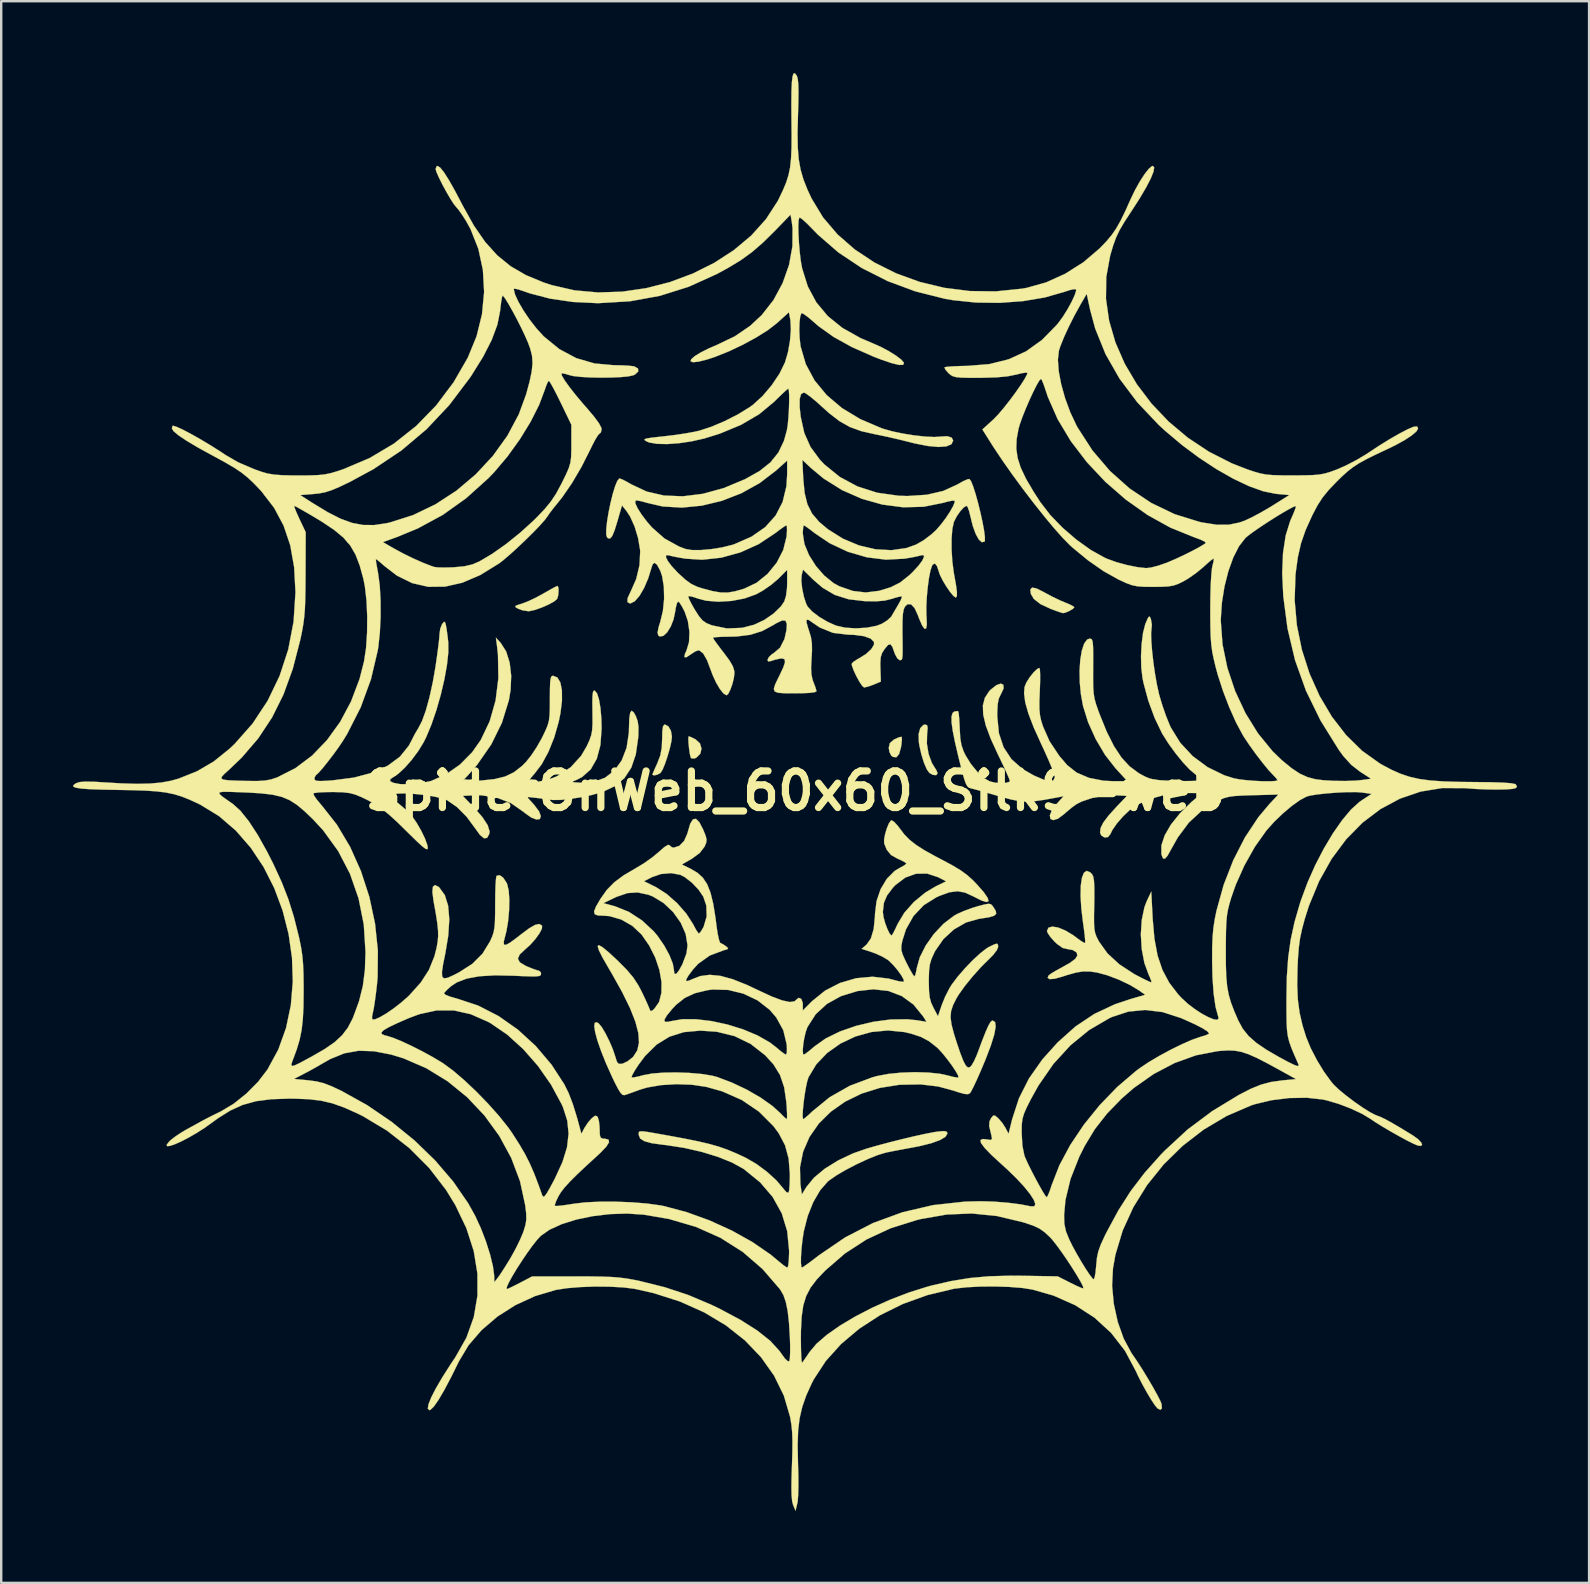
<source format=kicad_pcb>
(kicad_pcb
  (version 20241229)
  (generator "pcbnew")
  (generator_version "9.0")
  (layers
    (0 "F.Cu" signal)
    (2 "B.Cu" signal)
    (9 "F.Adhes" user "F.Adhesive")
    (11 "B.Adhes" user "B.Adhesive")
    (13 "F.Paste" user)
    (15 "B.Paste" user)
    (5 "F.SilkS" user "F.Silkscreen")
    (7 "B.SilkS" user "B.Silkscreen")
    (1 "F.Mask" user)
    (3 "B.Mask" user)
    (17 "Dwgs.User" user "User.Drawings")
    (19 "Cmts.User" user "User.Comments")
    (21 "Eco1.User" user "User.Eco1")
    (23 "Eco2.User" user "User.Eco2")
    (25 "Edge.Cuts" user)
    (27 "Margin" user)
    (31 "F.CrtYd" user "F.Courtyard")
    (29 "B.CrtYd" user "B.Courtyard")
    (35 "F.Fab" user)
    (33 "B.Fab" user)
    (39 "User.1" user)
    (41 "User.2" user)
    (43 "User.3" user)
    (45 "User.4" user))
  (footprint "SpiderOnWeb_60x60_SilkS-web"
    (layer "F.Cu")
    (at 30.084 29.917)
    (property "Reference" "SpiderOnWeb_60x60_SilkS-web" (at 0 0 0) (layer "F.SilkS") (effects (font (size 1.524 1.524) (thickness 0.3))))
    (attr through_hole)
    (fp_poly (pts (xy 4.448 -2.255) (xy 4.457 -2.16) (xy 4.439 -1.96) (xy 4.418 -1.822) (xy 4.339 -1.538) (xy 4.223 -1.403) (xy 4.078 -1.422) (xy 4.008 -1.479) (xy 3.933 -1.632) (xy 3.908 -1.805) (xy 3.954 -1.997) (xy 4.117 -2.138) (xy 4.159 -2.161) (xy 4.337 -2.239) (xy 4.442 -2.258) (xy 4.448 -2.255)) (stroke (width 0.01) (type solid)) (fill yes) (layer "F.SilkS"))
    (fp_poly (pts (xy -4.336 -2.246) (xy -4.164 -2.163) (xy -4.148 -2.155) (xy -3.962 -1.986) (xy -3.896 -1.768) (xy -3.947 -1.551) (xy -4.115 -1.386) (xy -4.175 -1.359) (xy -4.312 -1.357) (xy -4.352 -1.406) (xy -4.387 -1.571) (xy -4.418 -1.796) (xy -4.439 -2.026) (xy -4.445 -2.205) (xy -4.432 -2.279) (xy -4.431 -2.279) (xy -4.336 -2.246)) (stroke (width 0.01) (type solid)) (fill yes) (layer "F.SilkS"))
    (fp_poly (pts (xy 10.069 -8.441) (xy 10.363 -8.293) (xy 10.388 -8.279) (xy 10.708 -8.107) (xy 11.041 -7.946) (xy 11.255 -7.857) (xy 11.475 -7.764) (xy 11.615 -7.685) (xy 11.642 -7.655) (xy 11.577 -7.587) (xy 11.427 -7.5) (xy 11.264 -7.431) (xy 11.17 -7.413) (xy 11.068 -7.442) (xy 10.864 -7.512) (xy 10.665 -7.586) (xy 10.235 -7.786) (xy 9.952 -8.006) (xy 9.828 -8.22) (xy 9.81 -8.405) (xy 9.888 -8.478) (xy 10.069 -8.441)) (stroke (width 0.01) (type solid)) (fill yes) (layer "F.SilkS"))
    (fp_poly (pts (xy 5.505 -2.741) (xy 5.529 -2.633) (xy 5.509 -2.407) (xy 5.507 -2.396) (xy 5.497 -1.974) (xy 5.568 -1.542) (xy 5.705 -1.17) (xy 5.783 -1.041) (xy 5.893 -0.866) (xy 5.943 -0.741) (xy 5.943 -0.736) (xy 5.885 -0.66) (xy 5.746 -0.672) (xy 5.601 -0.753) (xy 5.491 -0.908) (xy 5.374 -1.18) (xy 5.267 -1.525) (xy 5.183 -1.9) (xy 5.161 -2.043) (xy 5.153 -2.372) (xy 5.22 -2.618) (xy 5.35 -2.752) (xy 5.428 -2.768) (xy 5.505 -2.741)) (stroke (width 0.01) (type solid)) (fill yes) (layer "F.SilkS"))
    (fp_poly (pts (xy -9.861 -8.48) (xy -9.853 -8.32) (xy -9.871 -8.139) (xy -9.914 -8.005) (xy -9.915 -8.003) (xy -10.041 -7.897) (xy -10.272 -7.77) (xy -10.555 -7.646) (xy -10.837 -7.547) (xy -11.064 -7.496) (xy -11.113 -7.493) (xy -11.361 -7.531) (xy -11.545 -7.6) (xy -11.652 -7.667) (xy -11.652 -7.713) (xy -11.527 -7.764) (xy -11.383 -7.807) (xy -11.134 -7.902) (xy -10.815 -8.051) (xy -10.495 -8.225) (xy -10.488 -8.229) (xy -10.224 -8.38) (xy -10.018 -8.493) (xy -9.906 -8.546) (xy -9.897 -8.548) (xy -9.861 -8.48)) (stroke (width 0.01) (type solid)) (fill yes) (layer "F.SilkS"))
    (fp_poly (pts (xy -5.278 -2.695) (xy -5.172 -2.512) (xy -5.129 -2.271) (xy -5.129 -2.264) (xy -5.154 -2.054) (xy -5.22 -1.765) (xy -5.313 -1.444) (xy -5.416 -1.138) (xy -5.517 -0.893) (xy -5.6 -0.758) (xy -5.605 -0.753) (xy -5.743 -0.677) (xy -5.879 -0.649) (xy -5.943 -0.682) (xy -5.943 -0.684) (xy -5.911 -0.769) (xy -5.829 -0.957) (xy -5.74 -1.152) (xy -5.615 -1.476) (xy -5.553 -1.805) (xy -5.537 -2.178) (xy -5.529 -2.495) (xy -5.504 -2.68) (xy -5.454 -2.759) (xy -5.417 -2.768) (xy -5.278 -2.695)) (stroke (width 0.01) (type solid)) (fill yes) (layer "F.SilkS"))
    (fp_poly (pts (xy 0.072 -29.813) (xy 0.079 -29.802) (xy 0.115 -29.678) (xy 0.138 -29.46) (xy 0.146 -29.13) (xy 0.14 -28.671) (xy 0.124 -28.14) (xy 0.106 -27.423) (xy 0.115 -26.833) (xy 0.155 -26.336) (xy 0.233 -25.897) (xy 0.354 -25.481) (xy 0.523 -25.055) (xy 0.695 -24.688) (xy 1.168 -23.907) (xy 1.773 -23.197) (xy 2.495 -22.567) (xy 3.317 -22.023) (xy 4.223 -21.571) (xy 5.198 -21.218) (xy 6.224 -20.971) (xy 7.286 -20.837) (xy 8.367 -20.823) (xy 9.451 -20.934) (xy 9.656 -20.97) (xy 10.463 -21.196) (xy 11.264 -21.559) (xy 12.022 -22.039) (xy 12.697 -22.614) (xy 12.707 -22.625) (xy 12.976 -22.905) (xy 13.196 -23.167) (xy 13.388 -23.446) (xy 13.575 -23.777) (xy 13.778 -24.194) (xy 13.99 -24.667) (xy 14.172 -25.045) (xy 14.371 -25.401) (xy 14.568 -25.705) (xy 14.743 -25.928) (xy 14.877 -26.043) (xy 14.911 -26.051) (xy 14.971 -25.988) (xy 14.941 -25.808) (xy 14.826 -25.525) (xy 14.633 -25.152) (xy 14.368 -24.702) (xy 14.038 -24.189) (xy 14.004 -24.138) (xy 13.731 -23.721) (xy 13.532 -23.382) (xy 13.383 -23.07) (xy 13.26 -22.733) (xy 13.138 -22.32) (xy 13.135 -22.307) (xy 12.973 -21.421) (xy 12.961 -20.514) (xy 13.092 -19.6) (xy 13.356 -18.692) (xy 13.744 -17.805) (xy 14.249 -16.951) (xy 14.861 -16.144) (xy 15.572 -15.397) (xy 16.373 -14.724) (xy 17.255 -14.139) (xy 18.211 -13.654) (xy 18.839 -13.409) (xy 19.142 -13.307) (xy 19.392 -13.236) (xy 19.631 -13.191) (xy 19.902 -13.166) (xy 20.246 -13.155) (xy 20.707 -13.153) (xy 20.76 -13.153) (xy 21.231 -13.156) (xy 21.581 -13.166) (xy 21.847 -13.188) (xy 22.072 -13.229) (xy 22.294 -13.294) (xy 22.555 -13.389) (xy 22.599 -13.405) (xy 22.982 -13.575) (xy 23.415 -13.801) (xy 23.82 -14.043) (xy 23.916 -14.107) (xy 24.35 -14.394) (xy 24.785 -14.663) (xy 25.189 -14.895) (xy 25.528 -15.072) (xy 25.77 -15.175) (xy 25.787 -15.18) (xy 25.93 -15.194) (xy 25.97 -15.105) (xy 25.899 -14.984) (xy 25.702 -14.817) (xy 25.405 -14.622) (xy 25.031 -14.415) (xy 24.749 -14.277) (xy 24.229 -14.034) (xy 23.828 -13.836) (xy 23.515 -13.664) (xy 23.259 -13.498) (xy 23.029 -13.319) (xy 22.794 -13.106) (xy 22.588 -12.904) (xy 22.247 -12.549) (xy 21.992 -12.236) (xy 21.778 -11.906) (xy 21.565 -11.501) (xy 21.554 -11.479) (xy 21.282 -10.877) (xy 21.09 -10.324) (xy 20.959 -9.752) (xy 20.869 -9.094) (xy 20.859 -8.996) (xy 20.825 -7.954) (xy 20.917 -6.91) (xy 21.127 -5.883) (xy 21.446 -4.892) (xy 21.866 -3.957) (xy 22.377 -3.096) (xy 22.971 -2.328) (xy 23.639 -1.673) (xy 24.373 -1.149) (xy 24.472 -1.092) (xy 24.866 -0.883) (xy 25.236 -0.719) (xy 25.61 -0.593) (xy 26.015 -0.501) (xy 26.478 -0.438) (xy 27.026 -0.399) (xy 27.687 -0.379) (xy 28.347 -0.372) (xy 29 -0.365) (xy 29.493 -0.349) (xy 29.829 -0.325) (xy 30.012 -0.291) (xy 30.043 -0.274) (xy 30.091 -0.175) (xy 30.036 -0.119) (xy 29.896 -0.086) (xy 29.626 -0.066) (xy 29.26 -0.059) (xy 28.832 -0.065) (xy 28.374 -0.084) (xy 27.924 -0.117) (xy 26.982 -0.123) (xy 26.076 0.025) (xy 25.214 0.319) (xy 24.403 0.754) (xy 23.652 1.322) (xy 22.97 2.016) (xy 22.365 2.83) (xy 21.845 3.757) (xy 21.418 4.789) (xy 21.244 5.339) (xy 21.131 5.762) (xy 21.051 6.135) (xy 20.999 6.515) (xy 20.964 6.958) (xy 20.945 7.374) (xy 20.932 8.089) (xy 20.958 8.694) (xy 21.03 9.237) (xy 21.152 9.768) (xy 21.305 10.258) (xy 21.495 10.72) (xy 21.756 11.223) (xy 22.053 11.71) (xy 22.352 12.12) (xy 22.457 12.243) (xy 22.677 12.453) (xy 22.977 12.7) (xy 23.318 12.957) (xy 23.661 13.196) (xy 23.967 13.388) (xy 24.198 13.506) (xy 24.227 13.517) (xy 24.393 13.58) (xy 24.59 13.673) (xy 24.842 13.81) (xy 25.175 14.004) (xy 25.613 14.27) (xy 25.746 14.351) (xy 25.968 14.511) (xy 26.102 14.654) (xy 26.139 14.756) (xy 26.065 14.795) (xy 25.95 14.774) (xy 25.778 14.702) (xy 25.507 14.566) (xy 25.173 14.385) (xy 24.814 14.182) (xy 24.468 13.977) (xy 24.172 13.792) (xy 24.006 13.679) (xy 23.641 13.458) (xy 23.173 13.238) (xy 22.662 13.042) (xy 22.167 12.896) (xy 21.997 12.859) (xy 21.336 12.785) (xy 20.602 12.797) (xy 19.857 12.889) (xy 19.163 13.055) (xy 19.009 13.106) (xy 17.991 13.545) (xy 17.035 14.112) (xy 16.155 14.791) (xy 15.364 15.567) (xy 14.675 16.424) (xy 14.102 17.346) (xy 13.658 18.318) (xy 13.355 19.324) (xy 13.252 19.903) (xy 13.216 20.622) (xy 13.287 21.378) (xy 13.452 22.129) (xy 13.701 22.827) (xy 14.025 23.429) (xy 14.096 23.531) (xy 14.279 23.798) (xy 14.491 24.13) (xy 14.711 24.492) (xy 14.92 24.849) (xy 15.098 25.169) (xy 15.224 25.416) (xy 15.277 25.546) (xy 15.293 25.732) (xy 15.226 25.792) (xy 15.106 25.729) (xy 14.998 25.599) (xy 14.841 25.361) (xy 14.658 25.054) (xy 14.471 24.716) (xy 14.303 24.386) (xy 14.207 24.179) (xy 13.753 23.33) (xy 13.177 22.587) (xy 12.484 21.952) (xy 11.681 21.432) (xy 10.773 21.03) (xy 9.903 20.781) (xy 9.475 20.713) (xy 8.936 20.67) (xy 8.336 20.65) (xy 7.725 20.655) (xy 7.153 20.684) (xy 6.669 20.739) (xy 6.603 20.751) (xy 5.52 21.01) (xy 4.494 21.38) (xy 3.541 21.851) (xy 2.678 22.411) (xy 1.92 23.05) (xy 1.283 23.758) (xy 0.783 24.523) (xy 0.689 24.705) (xy 0.465 25.203) (xy 0.302 25.671) (xy 0.192 26.147) (xy 0.13 26.668) (xy 0.11 27.272) (xy 0.125 27.997) (xy 0.126 28.038) (xy 0.14 28.535) (xy 0.142 28.986) (xy 0.132 29.357) (xy 0.111 29.613) (xy 0.1 29.674) (xy 0.023 30) (xy -0.079 29.755) (xy -0.118 29.605) (xy -0.141 29.369) (xy -0.149 29.028) (xy -0.142 28.56) (xy -0.127 28.121) (xy -0.109 27.543) (xy -0.106 27.09) (xy -0.118 26.726) (xy -0.149 26.415) (xy -0.198 26.119) (xy -0.204 26.086) (xy -0.464 25.2) (xy -0.871 24.369) (xy -1.416 23.598) (xy -2.089 22.896) (xy -2.882 22.271) (xy -3.785 21.73) (xy -4.79 21.28) (xy -5.886 20.929) (xy -6.676 20.751) (xy -7.138 20.692) (xy -7.707 20.66) (xy -8.327 20.654) (xy -8.946 20.676) (xy -9.51 20.723) (xy -9.965 20.794) (xy -10.831 21.051) (xy -11.651 21.427) (xy -12.402 21.905) (xy -13.061 22.469) (xy -13.606 23.101) (xy -14.004 23.765) (xy -14.329 24.424) (xy -14.615 24.964) (xy -14.857 25.377) (xy -15.052 25.656) (xy -15.194 25.793) (xy -15.238 25.807) (xy -15.304 25.744) (xy -15.276 25.563) (xy -15.161 25.275) (xy -14.965 24.892) (xy -14.691 24.425) (xy -14.347 23.885) (xy -14.154 23.598) (xy -13.693 22.783) (xy -13.387 21.925) (xy -13.234 21.032) (xy -13.235 20.757) (xy -12.017 20.757) (xy -12.007 20.76) (xy -11.918 20.725) (xy -11.726 20.632) (xy -11.471 20.503) (xy -11.456 20.495) (xy -10.95 20.23) (xy -9.159 20.23) (xy -8.539 20.232) (xy -8.049 20.24) (xy -7.656 20.255) (xy -7.327 20.28) (xy -7.031 20.317) (xy -6.732 20.369) (xy -6.475 20.422) (xy -5.426 20.683) (xy -4.462 21.001) (xy -3.507 21.404) (xy -3.134 21.583) (xy -2.271 22.044) (xy -1.568 22.49) (xy -1.026 22.922) (xy -0.646 23.339) (xy -0.596 23.412) (xy -0.411 23.665) (xy -0.289 23.773) (xy -0.235 23.758) (xy -0.213 23.638) (xy -0.202 23.394) (xy -0.203 23.067) (xy -0.211 22.829) (xy 0.245 22.829) (xy 0.249 23.215) (xy 0.258 23.53) (xy 0.273 23.744) (xy 0.292 23.829) (xy 0.296 23.829) (xy 0.366 23.736) (xy 0.493 23.553) (xy 0.602 23.389) (xy 0.898 23.037) (xy 1.331 22.663) (xy 1.878 22.28) (xy 2.517 21.9) (xy 3.223 21.535) (xy 3.976 21.198) (xy 4.751 20.901) (xy 5.528 20.657) (xy 5.71 20.608) (xy 6.508 20.425) (xy 7.285 20.299) (xy 8.09 20.226) (xy 8.976 20.201) (xy 9.494 20.205) (xy 10.95 20.23) (xy 11.472 20.495) (xy 11.73 20.621) (xy 11.925 20.706) (xy 12.018 20.735) (xy 12.02 20.734) (xy 12.002 20.646) (xy 11.906 20.455) (xy 11.75 20.188) (xy 11.553 19.873) (xy 11.334 19.539) (xy 11.109 19.212) (xy 10.897 18.922) (xy 10.718 18.696) (xy 10.631 18.601) (xy 10.406 18.392) (xy 10.198 18.243) (xy 9.953 18.125) (xy 9.62 18.01) (xy 9.484 17.969) (xy 8.417 17.715) (xy 7.934 17.666) (xy 11.216 17.666) (xy 11.226 18.038) (xy 11.293 18.352) (xy 11.426 18.684) (xy 11.57 18.974) (xy 11.747 19.298) (xy 11.938 19.626) (xy 12.124 19.926) (xy 12.285 20.167) (xy 12.403 20.318) (xy 12.451 20.353) (xy 12.487 20.278) (xy 12.523 20.081) (xy 12.552 19.802) (xy 12.555 19.762) (xy 12.585 19.455) (xy 12.643 19.186) (xy 12.745 18.902) (xy 12.907 18.55) (xy 12.982 18.399) (xy 13.478 17.48) (xy 13.995 16.67) (xy 14.572 15.914) (xy 15.246 15.159) (xy 15.411 14.989) (xy 16.358 14.113) (xy 17.395 13.338) (xy 18.496 12.67) (xy 18.997 12.412) (xy 19.426 12.238) (xy 19.84 12.128) (xy 20.295 12.064) (xy 20.312 12.062) (xy 20.882 12.008) (xy 20.23 11.647) (xy 19.688 11.351) (xy 19.256 11.129) (xy 18.905 10.973) (xy 18.607 10.874) (xy 18.333 10.824) (xy 18.053 10.812) (xy 17.739 10.831) (xy 17.593 10.846) (xy 16.71 11.018) (xy 15.822 11.338) (xy 14.951 11.795) (xy 14.121 12.378) (xy 13.626 12.808) (xy 13.004 13.447) (xy 12.499 14.092) (xy 12.071 14.799) (xy 11.847 15.248) (xy 11.484 16.169) (xy 11.273 17.044) (xy 11.216 17.666) (xy 7.934 17.666) (xy 7.373 17.609) (xy 6.322 17.652) (xy 5.234 17.843) (xy 5.1 17.875) (xy 3.992 18.222) (xy 2.991 18.686) (xy 2.083 19.274) (xy 1.261 19.986) (xy 0.911 20.355) (xy 0.65 20.698) (xy 0.466 21.049) (xy 0.345 21.443) (xy 0.277 21.912) (xy 0.248 22.492) (xy 0.245 22.829) (xy -0.211 22.829) (xy -0.212 22.798) (xy -0.25 22.169) (xy -0.305 21.677) (xy -0.382 21.298) (xy -0.484 21.006) (xy -0.619 20.776) (xy -0.625 20.768) (xy -1.351 19.925) (xy -2.178 19.21) (xy -3.105 18.623) (xy -4.131 18.166) (xy -5.256 17.837) (xy -6.302 17.658) (xy -6.998 17.612) (xy -7.719 17.635) (xy -8.434 17.721) (xy -9.112 17.862) (xy -9.722 18.053) (xy -10.232 18.286) (xy -10.59 18.536) (xy -10.747 18.704) (xy -10.943 18.952) (xy -11.161 19.254) (xy -11.384 19.584) (xy -11.598 19.916) (xy -11.784 20.226) (xy -11.927 20.486) (xy -12.01 20.672) (xy -12.017 20.757) (xy -13.235 20.757) (xy -13.236 20.111) (xy -13.39 19.171) (xy -13.698 18.217) (xy -14.157 17.258) (xy -14.544 16.626) (xy -15.245 15.715) (xy -16.072 14.884) (xy -17.001 14.157) (xy -18.007 13.554) (xy -18.249 13.434) (xy -18.794 13.191) (xy -19.278 13.019) (xy -19.75 12.908) (xy -20.264 12.847) (xy -20.871 12.823) (xy -21.085 12.822) (xy -21.832 12.847) (xy -22.462 12.929) (xy -23.016 13.082) (xy -23.535 13.317) (xy -24.059 13.647) (xy -24.274 13.804) (xy -24.604 14.04) (xy -24.945 14.257) (xy -25.277 14.449) (xy -25.583 14.607) (xy -25.846 14.724) (xy -26.046 14.792) (xy -26.166 14.803) (xy -26.189 14.749) (xy -26.095 14.624) (xy -26.032 14.561) (xy -25.838 14.408) (xy -25.566 14.228) (xy -25.34 14.096) (xy -25.06 13.943) (xy -24.809 13.805) (xy -24.667 13.727) (xy -24.491 13.634) (xy -24.226 13.5) (xy -23.928 13.355) (xy -23.927 13.354) (xy -23.396 13.037) (xy -22.862 12.609) (xy -22.372 12.114) (xy -22.287 12.002) (xy -20.882 12.002) (xy -20.278 12.059) (xy -19.941 12.104) (xy -19.633 12.182) (xy -19.299 12.312) (xy -18.902 12.499) (xy -17.83 13.095) (xy -16.809 13.791) (xy -15.856 14.566) (xy -14.994 15.403) (xy -14.243 16.281) (xy -13.621 17.183) (xy -13.324 17.719) (xy -13.087 18.236) (xy -12.877 18.785) (xy -12.707 19.324) (xy -12.589 19.811) (xy -12.537 20.205) (xy -12.535 20.256) (xy -12.534 20.475) (xy -12.374 20.271) (xy -12.26 20.108) (xy -12.094 19.85) (xy -11.906 19.546) (xy -11.846 19.446) (xy -11.651 19.094) (xy -11.469 18.725) (xy -11.335 18.41) (xy -11.317 18.36) (xy -11.235 18.093) (xy -11.198 17.865) (xy -11.203 17.61) (xy -11.243 17.272) (xy -11.461 16.263) (xy -11.827 15.292) (xy -12.326 14.374) (xy -12.943 13.525) (xy -13.665 12.761) (xy -14.477 12.099) (xy -15.365 11.555) (xy -16.315 11.143) (xy -16.84 10.984) (xy -17.554 10.846) (xy -18.19 10.827) (xy -18.783 10.934) (xy -19.367 11.171) (xy -19.702 11.361) (xy -19.939 11.5) (xy -20.239 11.666) (xy -20.435 11.77) (xy -20.882 12.002) (xy -22.287 12.002) (xy -21.986 11.609) (xy -21.535 10.777) (xy -21.212 9.877) (xy -21.012 8.927) (xy -20.931 7.945) (xy -20.964 6.949) (xy -21.107 5.955) (xy -21.355 4.983) (xy -21.703 4.048) (xy -22.147 3.17) (xy -22.682 2.365) (xy -23.304 1.651) (xy -24.007 1.046) (xy -24.789 0.568) (xy -24.864 0.531) (xy -25.229 0.363) (xy -25.557 0.232) (xy -25.878 0.134) (xy -25.975 0.114) (xy -23.994 0.114) (xy -23.88 0.222) (xy -23.645 0.39) (xy -23.428 0.54) (xy -23.114 0.823) (xy -22.767 1.257) (xy -22.392 1.831) (xy -21.996 2.54) (xy -21.736 3.053) (xy -21.391 3.804) (xy -21.114 4.515) (xy -20.883 5.253) (xy -20.675 6.084) (xy -20.661 6.146) (xy -20.588 6.505) (xy -20.536 6.844) (xy -20.503 7.208) (xy -20.485 7.637) (xy -20.479 8.176) (xy -20.479 8.345) (xy -20.486 8.993) (xy -20.513 9.518) (xy -20.563 9.96) (xy -20.644 10.359) (xy -20.761 10.754) (xy -20.885 11.094) (xy -20.96 11.29) (xy -20.992 11.412) (xy -20.963 11.462) (xy -20.855 11.438) (xy -20.647 11.339) (xy -20.321 11.165) (xy -20.152 11.073) (xy -19.608 10.76) (xy -19.191 10.472) (xy -18.877 10.182) (xy -18.787 10.064) (xy -17.238 10.064) (xy -17.219 10.133) (xy -17.095 10.186) (xy -17.003 10.207) (xy -16.755 10.284) (xy -16.405 10.427) (xy -15.991 10.62) (xy -15.548 10.843) (xy -15.115 11.079) (xy -14.728 11.31) (xy -14.652 11.359) (xy -14.244 11.659) (xy -13.777 12.059) (xy -13.283 12.527) (xy -12.795 13.029) (xy -12.346 13.531) (xy -11.97 14) (xy -11.795 14.247) (xy -11.498 14.71) (xy -11.259 15.118) (xy -11.057 15.516) (xy -10.868 15.949) (xy -10.672 16.465) (xy -10.537 16.845) (xy -10.498 16.908) (xy -10.441 16.892) (xy -10.353 16.78) (xy -10.222 16.555) (xy -10.034 16.203) (xy -10.011 16.16) (xy -9.693 15.469) (xy -9.502 14.852) (xy -9.436 14.283) (xy -9.491 13.737) (xy -9.667 13.188) (xy -9.722 13.063) (xy -10.167 12.24) (xy -10.71 11.462) (xy -11.328 10.757) (xy -11.994 10.154) (xy -12.684 9.681) (xy -12.797 9.619) (xy -13.519 9.302) (xy -14.224 9.144) (xy -14.93 9.144) (xy -15.653 9.301) (xy -16.079 9.459) (xy -16.574 9.675) (xy -16.925 9.842) (xy -17.144 9.969) (xy -17.238 10.064) (xy -18.787 10.064) (xy -18.637 9.866) (xy -18.445 9.499) (xy -18.412 9.423) (xy -18.17 8.762) (xy -18.011 8.125) (xy -17.925 7.453) (xy -17.9 6.716) (xy -17.972 5.568) (xy -18.19 4.476) (xy -18.548 3.449) (xy -19.042 2.499) (xy -19.668 1.636) (xy -20.078 1.192) (xy -20.44 0.844) (xy -20.757 0.578) (xy -21.061 0.383) (xy -21.385 0.247) (xy -21.761 0.157) (xy -22.222 0.1) (xy -22.239 0.099) (xy -20.071 0.099) (xy -20.049 0.182) (xy -19.937 0.349) (xy -19.757 0.565) (xy -19.726 0.599) (xy -19.091 1.406) (xy -18.542 2.328) (xy -18.09 3.34) (xy -17.74 4.415) (xy -17.503 5.526) (xy -17.385 6.648) (xy -17.395 7.753) (xy -17.418 8.02) (xy -17.464 8.421) (xy -17.513 8.786) (xy -17.558 9.072) (xy -17.589 9.215) (xy -17.628 9.404) (xy -17.622 9.514) (xy -17.619 9.518) (xy -17.511 9.519) (xy -17.308 9.433) (xy -17.041 9.277) (xy -16.739 9.07) (xy -16.429 8.831) (xy -16.141 8.58) (xy -16.07 8.511) (xy -15.596 7.981) (xy -15.256 7.454) (xy -15.027 6.887) (xy -14.939 6.541) (xy -14.895 6.296) (xy -14.873 6.064) (xy -14.877 5.812) (xy -14.909 5.505) (xy -14.97 5.109) (xy -15.063 4.589) (xy -15.066 4.573) (xy -15.113 4.211) (xy -15.093 3.993) (xy -15.007 3.92) (xy -14.857 3.994) (xy -14.824 4.023) (xy -14.595 4.338) (xy -14.456 4.782) (xy -14.408 5.35) (xy -14.452 6.034) (xy -14.572 6.757) (xy -14.666 7.221) (xy -14.714 7.542) (xy -14.706 7.733) (xy -14.632 7.809) (xy -14.48 7.787) (xy -14.239 7.68) (xy -13.998 7.556) (xy -13.447 7.203) (xy -13.026 6.782) (xy -12.711 6.269) (xy -12.624 6.075) (xy -12.564 5.899) (xy -12.527 5.702) (xy -12.506 5.448) (xy -12.498 5.1) (xy -12.496 4.709) (xy -12.492 4.298) (xy -12.482 3.947) (xy -12.465 3.687) (xy -12.445 3.55) (xy -12.439 3.538) (xy -12.314 3.507) (xy -12.167 3.607) (xy -12.026 3.816) (xy -11.994 3.886) (xy -11.932 4.15) (xy -11.906 4.526) (xy -11.915 4.965) (xy -11.956 5.42) (xy -12.028 5.845) (xy -12.082 6.055) (xy -12.138 6.279) (xy -12.132 6.399) (xy -12.05 6.414) (xy -11.88 6.324) (xy -11.609 6.126) (xy -11.429 5.984) (xy -11.084 5.726) (xy -10.833 5.581) (xy -10.661 5.542) (xy -10.552 5.604) (xy -10.54 5.622) (xy -10.55 5.744) (xy -10.654 5.941) (xy -10.825 6.177) (xy -11.038 6.415) (xy -11.249 6.605) (xy -11.476 6.819) (xy -11.549 6.992) (xy -11.467 7.142) (xy -11.225 7.287) (xy -11.158 7.317) (xy -10.917 7.414) (xy -10.732 7.477) (xy -10.67 7.49) (xy -10.595 7.556) (xy -10.583 7.623) (xy -10.598 7.676) (xy -10.658 7.71) (xy -10.788 7.727) (xy -11.012 7.728) (xy -11.356 7.717) (xy -11.707 7.7) (xy -12.502 7.683) (xy -13.155 7.722) (xy -13.681 7.819) (xy -14.09 7.975) (xy -14.319 8.124) (xy -14.497 8.281) (xy -14.612 8.405) (xy -14.63 8.435) (xy -14.57 8.491) (xy -14.389 8.566) (xy -14.122 8.644) (xy -14.076 8.655) (xy -13.205 8.944) (xy -12.356 9.38) (xy -11.55 9.946) (xy -10.807 10.627) (xy -10.147 11.406) (xy -9.618 12.22) (xy -9.434 12.591) (xy -9.26 13.046) (xy -9.084 13.615) (xy -8.979 14.003) (xy -8.904 14.287) (xy -8.775 14.043) (xy -8.627 13.817) (xy -8.47 13.639) (xy -8.336 13.537) (xy -8.256 13.55) (xy -8.219 13.599) (xy -8.173 13.748) (xy -8.146 13.988) (xy -8.142 14.104) (xy -8.134 14.338) (xy -8.096 14.452) (xy -8.006 14.489) (xy -7.938 14.491) (xy -7.774 14.527) (xy -7.749 14.638) (xy -7.864 14.824) (xy -8.118 15.09) (xy -8.202 15.167) (xy -8.7 15.623) (xy -9.089 15.99) (xy -9.385 16.285) (xy -9.602 16.524) (xy -9.756 16.723) (xy -9.859 16.892) (xy -9.961 17.105) (xy -10.01 17.254) (xy -10.008 17.291) (xy -9.915 17.296) (xy -9.7 17.275) (xy -9.402 17.232) (xy -9.237 17.205) (xy -8.745 17.146) (xy -8.142 17.117) (xy -7.477 17.117) (xy -6.801 17.143) (xy -6.163 17.195) (xy -5.612 17.271) (xy -5.454 17.302) (xy -4.507 17.556) (xy -3.554 17.901) (xy -2.631 18.322) (xy -1.776 18.799) (xy -1.026 19.314) (xy -0.661 19.617) (xy -0.48 19.766) (xy -0.346 19.854) (xy -0.315 19.864) (xy -0.283 19.789) (xy -0.26 19.588) (xy -0.247 19.297) (xy -0.246 19.152) (xy -0.324 18.347) (xy -0.552 17.603) (xy -0.929 16.923) (xy -1.454 16.31) (xy -2.125 15.764) (xy -2.152 15.746) (xy -2.616 15.489) (xy -3.205 15.251) (xy -3.886 15.042) (xy -4.62 14.874) (xy -5.373 14.758) (xy -5.52 14.742) (xy -5.972 14.68) (xy -6.277 14.596) (xy -6.452 14.485) (xy -6.512 14.339) (xy -6.513 14.325) (xy -6.514 14.255) (xy -6.502 14.208) (xy -6.452 14.184) (xy -6.343 14.184) (xy -6.149 14.21) (xy -5.847 14.261) (xy -5.414 14.338) (xy -5.287 14.361) (xy -4.595 14.489) (xy -4.033 14.603) (xy -3.568 14.712) (xy -3.169 14.826) (xy -2.805 14.954) (xy -2.444 15.105) (xy -2.054 15.287) (xy -2.045 15.291) (xy -1.605 15.547) (xy -1.164 15.874) (xy -0.772 16.232) (xy -0.478 16.579) (xy -0.462 16.603) (xy -0.351 16.725) (xy -0.27 16.742) (xy -0.269 16.741) (xy -0.243 16.638) (xy -0.224 16.412) (xy -0.215 16.107) (xy -0.214 15.973) (xy -0.265 15.321) (xy -0.415 14.765) (xy -0.68 14.261) (xy -0.903 13.962) (xy -1.504 13.362) (xy -2.215 12.88) (xy -3.031 12.519) (xy -3.693 12.333) (xy -4.293 12.243) (xy -4.942 12.22) (xy -5.586 12.259) (xy -6.167 12.36) (xy -6.472 12.452) (xy -6.752 12.554) (xy -6.985 12.637) (xy -7.104 12.676) (xy -7.18 12.668) (xy -7.268 12.585) (xy -7.38 12.405) (xy -7.532 12.108) (xy -7.614 11.934) (xy -6.816 11.934) (xy -6.814 11.938) (xy -6.721 11.938) (xy -6.52 11.898) (xy -6.311 11.842) (xy -5.957 11.776) (xy -5.492 11.739) (xy -4.962 11.73) (xy -4.415 11.749) (xy -3.898 11.794) (xy -3.461 11.864) (xy -3.256 11.917) (xy -2.63 12.153) (xy -2.009 12.447) (xy -1.435 12.778) (xy -0.946 13.123) (xy -0.616 13.422) (xy -0.462 13.578) (xy -0.358 13.668) (xy -0.34 13.677) (xy -0.33 13.602) (xy -0.331 13.542) (xy 0.318 13.542) (xy 0.333 13.666) (xy 0.345 13.677) (xy 0.422 13.625) (xy 0.576 13.491) (xy 0.713 13.361) (xy 1.446 12.762) (xy 2.285 12.286) (xy 3.224 11.934) (xy 3.413 11.882) (xy 3.873 11.794) (xy 4.416 11.739) (xy 4.991 11.719) (xy 5.548 11.734) (xy 6.037 11.785) (xy 6.343 11.851) (xy 6.587 11.914) (xy 6.76 11.944) (xy 6.813 11.938) (xy 6.795 11.851) (xy 6.696 11.674) (xy 6.54 11.44) (xy 6.351 11.185) (xy 6.154 10.941) (xy 5.973 10.742) (xy 5.908 10.681) (xy 5.583 10.427) (xy 5.249 10.249) (xy 4.848 10.116) (xy 4.553 10.047) (xy 3.874 9.98) (xy 3.187 10.046) (xy 2.518 10.232) (xy 1.894 10.527) (xy 1.342 10.918) (xy 0.889 11.391) (xy 0.565 11.927) (xy 0.508 12.105) (xy 0.451 12.372) (xy 0.399 12.688) (xy 0.356 13.014) (xy 0.328 13.312) (xy 0.318 13.542) (xy -0.331 13.542) (xy -0.333 13.402) (xy -0.35 13.113) (xy -0.361 12.968) (xy -0.451 12.349) (xy -0.624 11.837) (xy -0.899 11.391) (xy -1.248 11.011) (xy -1.852 10.54) (xy -2.52 10.216) (xy -3.261 10.034) (xy -3.948 9.988) (xy -4.634 10.051) (xy -5.234 10.241) (xy -5.765 10.568) (xy -6.244 11.04) (xy -6.523 11.413) (xy -6.679 11.654) (xy -6.783 11.84) (xy -6.816 11.934) (xy -7.614 11.934) (xy -7.642 11.875) (xy -7.888 11.325) (xy -8.086 10.828) (xy -8.235 10.399) (xy -8.329 10.051) (xy -8.367 9.799) (xy -8.343 9.658) (xy -8.256 9.641) (xy -8.174 9.694) (xy -8.049 9.848) (xy -7.895 10.109) (xy -7.736 10.428) (xy -7.594 10.76) (xy -7.494 11.056) (xy -7.493 11.061) (xy -7.425 11.276) (xy -7.354 11.369) (xy -7.241 11.374) (xy -7.179 11.361) (xy -6.98 11.268) (xy -6.771 11.103) (xy -6.737 11.068) (xy -6.572 10.81) (xy -6.502 10.488) (xy -6.528 10.092) (xy -6.653 9.613) (xy -6.682 9.539) (xy -5.445 9.539) (xy -5.421 9.623) (xy -5.274 9.619) (xy -5.19 9.596) (xy -4.702 9.512) (xy -4.118 9.513) (xy -3.475 9.59) (xy -2.809 9.735) (xy -2.159 9.937) (xy -1.559 10.189) (xy -1.047 10.48) (xy -0.773 10.692) (xy -0.578 10.856) (xy -0.428 10.963) (xy -0.375 10.987) (xy -0.343 10.916) (xy -0.339 10.805) (xy 0.324 10.805) (xy 0.336 10.957) (xy 0.364 10.99) (xy 0.451 10.94) (xy 0.619 10.81) (xy 0.802 10.654) (xy 1.276 10.316) (xy 1.871 10.024) (xy 2.548 9.789) (xy 3.268 9.618) (xy 3.992 9.523) (xy 4.683 9.514) (xy 5.082 9.556) (xy 5.483 9.621) (xy 5.336 9.39) (xy 4.937 8.9) (xy 4.453 8.548) (xy 3.894 8.335) (xy 3.268 8.265) (xy 2.609 8.338) (xy 1.913 8.552) (xy 1.329 8.876) (xy 0.862 9.306) (xy 0.52 9.839) (xy 0.447 10.043) (xy 0.386 10.302) (xy 0.343 10.571) (xy 0.324 10.805) (xy -0.339 10.805) (xy -0.336 10.73) (xy -0.348 10.553) (xy -0.488 9.97) (xy -0.782 9.438) (xy -1.058 9.118) (xy -1.559 8.727) (xy -2.148 8.447) (xy -2.786 8.292) (xy -3.431 8.274) (xy -3.651 8.303) (xy -4.175 8.43) (xy -4.593 8.624) (xy -4.954 8.911) (xy -5.119 9.085) (xy -5.344 9.361) (xy -5.445 9.539) (xy -6.682 9.539) (xy -6.879 9.042) (xy -7.209 8.371) (xy -7.645 7.591) (xy -7.776 7.369) (xy -8.023 6.94) (xy -8.173 6.64) (xy -8.225 6.469) (xy -8.177 6.425) (xy -8.026 6.508) (xy -7.772 6.716) (xy -7.413 7.048) (xy -7.376 7.084) (xy -7.01 7.453) (xy -6.74 7.774) (xy -6.532 8.092) (xy -6.408 8.325) (xy -6.265 8.623) (xy -6.148 8.88) (xy -6.077 9.048) (xy -6.07 9.068) (xy -6.024 9.171) (xy -5.955 9.157) (xy -5.863 9.078) (xy -5.665 8.795) (xy -5.567 8.413) (xy -5.563 7.96) (xy -5.65 7.462) (xy -5.823 6.946) (xy -6.077 6.44) (xy -6.396 5.982) (xy -6.779 5.622) (xy -7.239 5.358) (xy -7.728 5.216) (xy -7.975 5.198) (xy -8.218 5.187) (xy -8.35 5.134) (xy -8.373 5.017) (xy -8.293 4.814) (xy -8.211 4.674) (xy -7.985 4.674) (xy -7.497 4.807) (xy -6.927 5.036) (xy -6.376 5.394) (xy -5.888 5.848) (xy -5.728 6.039) (xy -5.451 6.441) (xy -5.233 6.841) (xy -5.092 7.199) (xy -5.047 7.456) (xy -5.024 7.619) (xy -4.953 7.626) (xy -4.834 7.477) (xy -4.694 7.224) (xy -4.522 6.766) (xy -4.479 6.43) (xy -4.557 5.957) (xy -4.766 5.484) (xy -5.082 5.043) (xy -5.477 4.669) (xy -5.924 4.397) (xy -6.113 4.324) (xy -6.559 4.228) (xy -6.978 4.255) (xy -7.427 4.408) (xy -7.497 4.44) (xy -7.985 4.674) (xy -8.211 4.674) (xy -8.112 4.503) (xy -8.103 4.488) (xy -7.841 4.12) (xy -7.533 3.806) (xy -7.472 3.761) (xy -6.293 3.761) (xy -5.785 4.012) (xy -5.351 4.289) (xy -4.916 4.671) (xy -4.532 5.108) (xy -4.247 5.55) (xy -4.227 5.589) (xy -4.117 5.795) (xy -4.03 5.921) (xy -4.002 5.941) (xy -3.935 5.874) (xy -3.835 5.71) (xy -3.806 5.653) (xy -3.681 5.228) (xy -3.696 4.776) (xy -3.821 4.406) (xy -4.02 4.112) (xy -4.293 3.824) (xy -4.588 3.594) (xy -4.777 3.495) (xy -5.161 3.423) (xy -5.586 3.461) (xy -5.958 3.59) (xy -6.293 3.761) (xy -7.472 3.761) (xy -7.141 3.515) (xy -6.635 3.218) (xy -6.29 3.009) (xy -5.939 2.76) (xy -5.668 2.534) (xy -5.439 2.334) (xy -5.289 2.245) (xy -5.234 2.259) (xy -5.131 2.346) (xy -5.05 2.361) (xy -4.817 2.285) (xy -4.619 2.077) (xy -4.483 1.769) (xy -4.469 1.713) (xy -4.368 1.366) (xy -4.254 1.182) (xy -4.128 1.16) (xy -3.987 1.3) (xy -3.834 1.594) (xy -3.728 1.852) (xy -3.685 2.02) (xy -3.7 2.156) (xy -3.768 2.318) (xy -3.77 2.322) (xy -3.971 2.584) (xy -4.301 2.826) (xy -4.309 2.831) (xy -4.716 3.064) (xy -4.355 3.239) (xy -4.068 3.407) (xy -3.84 3.615) (xy -3.661 3.885) (xy -3.52 4.241) (xy -3.407 4.704) (xy -3.312 5.297) (xy -3.272 5.615) (xy -3.226 5.93) (xy -3.175 6.176) (xy -3.128 6.314) (xy -3.113 6.33) (xy -2.99 6.395) (xy -2.881 6.468) (xy -2.788 6.549) (xy -2.819 6.597) (xy -2.972 6.64) (xy -3.549 6.856) (xy -4.029 7.197) (xy -4.242 7.428) (xy -4.447 7.703) (xy -4.539 7.868) (xy -4.519 7.929) (xy -4.388 7.892) (xy -4.316 7.857) (xy -3.948 7.714) (xy -3.553 7.662) (xy -3.11 7.705) (xy -2.599 7.844) (xy -1.998 8.084) (xy -1.535 8.303) (xy -0.971 8.565) (xy -0.533 8.729) (xy -0.216 8.796) (xy -0.018 8.766) (xy 0.041 8.711) (xy 0.153 8.62) (xy 0.26 8.664) (xy 0.321 8.822) (xy 0.326 8.889) (xy 0.326 9.148) (xy 0.712 8.759) (xy 1.253 8.322) (xy 1.875 8.001) (xy 2.546 7.804) (xy 3.233 7.741) (xy 3.905 7.819) (xy 4.064 7.862) (xy 4.308 7.925) (xy 4.483 7.952) (xy 4.538 7.945) (xy 4.526 7.853) (xy 4.43 7.682) (xy 4.278 7.471) (xy 4.1 7.259) (xy 3.923 7.083) (xy 3.87 7.04) (xy 3.644 6.904) (xy 3.348 6.77) (xy 3.2 6.716) (xy 2.777 6.579) (xy 2.984 6.401) (xy 3.163 6.146) (xy 3.28 5.751) (xy 3.332 5.226) (xy 3.334 5.118) (xy 3.342 5.056) (xy 3.663 5.056) (xy 3.69 5.258) (xy 3.758 5.505) (xy 3.848 5.748) (xy 3.941 5.938) (xy 4.02 6.023) (xy 4.027 6.024) (xy 4.075 5.956) (xy 4.168 5.778) (xy 4.282 5.533) (xy 4.559 5.073) (xy 4.954 4.627) (xy 5.427 4.237) (xy 5.86 3.978) (xy 6.299 3.764) (xy 5.961 3.591) (xy 5.504 3.442) (xy 5.043 3.449) (xy 4.598 3.609) (xy 4.188 3.918) (xy 4.078 4.034) (xy 3.834 4.358) (xy 3.704 4.665) (xy 3.664 5.021) (xy 3.663 5.056) (xy 3.342 5.056) (xy 3.399 4.587) (xy 3.569 4.09) (xy 3.827 3.66) (xy 4.153 3.333) (xy 4.36 3.208) (xy 4.54 3.11) (xy 4.636 3.035) (xy 4.64 3.023) (xy 4.572 2.965) (xy 4.398 2.875) (xy 4.286 2.826) (xy 4.004 2.669) (xy 3.823 2.447) (xy 3.718 2.187) (xy 3.713 2.027) (xy 3.755 1.799) (xy 3.828 1.556) (xy 3.914 1.349) (xy 3.998 1.231) (xy 4.025 1.221) (xy 4.129 1.283) (xy 4.276 1.441) (xy 4.358 1.55) (xy 4.555 1.808) (xy 4.775 2.033) (xy 5.047 2.247) (xy 5.399 2.472) (xy 5.86 2.727) (xy 6.102 2.854) (xy 6.553 3.095) (xy 6.895 3.3) (xy 7.167 3.497) (xy 7.409 3.713) (xy 7.574 3.883) (xy 7.865 4.214) (xy 8.029 4.451) (xy 8.068 4.59) (xy 7.982 4.629) (xy 7.772 4.565) (xy 7.439 4.397) (xy 7.423 4.389) (xy 7.087 4.234) (xy 6.772 4.178) (xy 6.433 4.223) (xy 6.026 4.37) (xy 5.895 4.429) (xy 5.365 4.761) (xy 4.937 5.213) (xy 4.625 5.767) (xy 4.474 6.241) (xy 4.433 6.455) (xy 4.433 6.626) (xy 4.484 6.809) (xy 4.596 7.06) (xy 4.655 7.18) (xy 4.791 7.442) (xy 4.904 7.637) (xy 4.971 7.727) (xy 4.976 7.729) (xy 5.017 7.66) (xy 5.058 7.482) (xy 5.07 7.403) (xy 5.2 6.933) (xy 5.449 6.439) (xy 5.789 5.959) (xy 6.189 5.534) (xy 6.622 5.204) (xy 6.76 5.125) (xy 7.046 4.999) (xy 7.397 4.871) (xy 7.634 4.799) (xy 7.911 4.727) (xy 8.074 4.7) (xy 8.168 4.721) (xy 8.238 4.793) (xy 8.265 4.831) (xy 8.369 5) (xy 8.386 5.118) (xy 8.301 5.2) (xy 8.093 5.262) (xy 7.745 5.318) (xy 7.665 5.329) (xy 7.129 5.48) (xy 6.625 5.77) (xy 6.186 6.173) (xy 5.843 6.666) (xy 5.803 6.744) (xy 5.689 6.997) (xy 5.621 7.226) (xy 5.588 7.489) (xy 5.577 7.843) (xy 5.577 7.938) (xy 5.585 8.325) (xy 5.614 8.601) (xy 5.672 8.82) (xy 5.769 9.029) (xy 5.959 9.388) (xy 6.12 8.913) (xy 6.257 8.575) (xy 6.433 8.231) (xy 6.534 8.066) (xy 6.781 7.739) (xy 7.083 7.391) (xy 7.405 7.056) (xy 7.716 6.769) (xy 7.979 6.563) (xy 8.077 6.504) (xy 8.301 6.395) (xy 8.417 6.361) (xy 8.46 6.405) (xy 8.467 6.502) (xy 8.41 6.638) (xy 8.263 6.829) (xy 8.121 6.974) (xy 7.765 7.327) (xy 7.405 7.727) (xy 7.078 8.13) (xy 6.82 8.492) (xy 6.737 8.629) (xy 6.591 8.917) (xy 6.506 9.17) (xy 6.484 9.428) (xy 6.523 9.73) (xy 6.624 10.116) (xy 6.728 10.447) (xy 6.886 10.917) (xy 7.013 11.244) (xy 7.117 11.442) (xy 7.207 11.525) (xy 7.294 11.507) (xy 7.362 11.434) (xy 7.462 11.261) (xy 7.574 11.012) (xy 7.614 10.909) (xy 7.803 10.401) (xy 7.95 10.03) (xy 8.061 9.779) (xy 8.146 9.632) (xy 8.213 9.57) (xy 8.234 9.566) (xy 8.34 9.63) (xy 8.364 9.824) (xy 8.305 10.151) (xy 8.162 10.611) (xy 7.935 11.206) (xy 7.725 11.705) (xy 7.575 12.043) (xy 7.44 12.329) (xy 7.337 12.528) (xy 7.293 12.597) (xy 7.211 12.637) (xy 7.061 12.626) (xy 6.813 12.558) (xy 6.593 12.484) (xy 5.965 12.315) (xy 5.265 12.232) (xy 5.222 12.229) (xy 4.355 12.244) (xy 3.535 12.375) (xy 2.777 12.612) (xy 2.092 12.946) (xy 1.494 13.366) (xy 0.993 13.86) (xy 0.604 14.419) (xy 0.338 15.033) (xy 0.207 15.691) (xy 0.225 16.382) (xy 0.228 16.404) (xy 0.287 16.811) (xy 0.48 16.499) (xy 0.792 16.117) (xy 1.238 15.745) (xy 1.79 15.402) (xy 2.417 15.105) (xy 2.971 14.91) (xy 3.417 14.782) (xy 3.923 14.647) (xy 4.452 14.514) (xy 4.963 14.392) (xy 5.418 14.292) (xy 5.777 14.222) (xy 5.923 14.199) (xy 6.173 14.174) (xy 6.302 14.186) (xy 6.347 14.244) (xy 6.35 14.282) (xy 6.271 14.414) (xy 6.046 14.548) (xy 5.689 14.678) (xy 5.216 14.797) (xy 4.925 14.854) (xy 4.538 14.925) (xy 4.158 14.997) (xy 3.851 15.058) (xy 3.786 15.072) (xy 3.451 15.173) (xy 3.031 15.342) (xy 2.571 15.556) (xy 2.117 15.792) (xy 1.715 16.028) (xy 1.412 16.24) (xy 1.365 16.28) (xy 1.045 16.647) (xy 0.76 17.138) (xy 0.529 17.717) (xy 0.368 18.347) (xy 0.362 18.38) (xy 0.308 18.737) (xy 0.27 19.097) (xy 0.249 19.424) (xy 0.248 19.682) (xy 0.268 19.836) (xy 0.291 19.864) (xy 0.37 19.817) (xy 0.549 19.691) (xy 0.797 19.506) (xy 1.003 19.348) (xy 2.092 18.605) (xy 3.251 18.008) (xy 4.474 17.559) (xy 5.755 17.26) (xy 7.087 17.114) (xy 7.732 17.098) (xy 8.295 17.115) (xy 8.871 17.16) (xy 9.402 17.228) (xy 9.821 17.31) (xy 9.975 17.311) (xy 10.016 17.217) (xy 9.953 17.041) (xy 9.794 16.794) (xy 9.549 16.49) (xy 9.227 16.142) (xy 8.835 15.762) (xy 8.614 15.562) (xy 8.195 15.177) (xy 7.909 14.882) (xy 7.754 14.674) (xy 7.729 14.548) (xy 7.832 14.504) (xy 7.987 14.521) (xy 8.159 14.546) (xy 8.211 14.498) (xy 8.185 14.348) (xy 8.129 14.118) (xy 8.092 13.962) (xy 8.106 13.771) (xy 8.171 13.637) (xy 8.261 13.529) (xy 8.34 13.531) (xy 8.468 13.637) (xy 8.637 13.83) (xy 8.774 14.043) (xy 8.901 14.287) (xy 8.93 14.17) (xy 9.448 14.17) (xy 9.448 14.27) (xy 9.479 14.792) (xy 9.56 15.188) (xy 9.59 15.27) (xy 9.702 15.518) (xy 9.85 15.817) (xy 10.015 16.136) (xy 10.18 16.44) (xy 10.326 16.697) (xy 10.436 16.872) (xy 10.491 16.933) (xy 10.539 16.861) (xy 10.616 16.674) (xy 10.699 16.424) (xy 11.021 15.598) (xy 11.476 14.749) (xy 12.043 13.904) (xy 12.701 13.091) (xy 13.428 12.339) (xy 14.205 11.674) (xy 14.369 11.551) (xy 14.731 11.308) (xy 15.171 11.047) (xy 15.647 10.79) (xy 16.118 10.558) (xy 16.542 10.372) (xy 16.878 10.254) (xy 16.913 10.244) (xy 17.122 10.18) (xy 17.245 10.121) (xy 17.259 10.103) (xy 17.186 10.016) (xy 16.979 9.885) (xy 16.659 9.72) (xy 16.245 9.532) (xy 16.079 9.461) (xy 15.321 9.215) (xy 14.597 9.127) (xy 13.896 9.195) (xy 13.209 9.42) (xy 13.107 9.467) (xy 12.259 9.963) (xy 11.478 10.602) (xy 10.771 11.375) (xy 10.148 12.275) (xy 9.832 12.843) (xy 9.656 13.192) (xy 9.544 13.449) (xy 9.481 13.663) (xy 9.453 13.887) (xy 9.448 14.17) (xy 8.93 14.17) (xy 9.052 13.678) (xy 9.336 12.806) (xy 9.752 11.982) (xy 10.31 11.188) (xy 10.945 10.481) (xy 11.688 9.817) (xy 12.471 9.294) (xy 13.332 8.89) (xy 13.994 8.669) (xy 14.596 8.495) (xy 14.345 8.316) (xy 13.962 8.085) (xy 13.494 7.862) (xy 13.011 7.679) (xy 12.589 7.566) (xy 12.282 7.522) (xy 12.007 7.521) (xy 11.713 7.568) (xy 11.348 7.67) (xy 11.121 7.744) (xy 10.813 7.828) (xy 10.612 7.842) (xy 10.531 7.787) (xy 10.566 7.693) (xy 10.665 7.615) (xy 10.864 7.494) (xy 11.096 7.368) (xy 11.459 7.164) (xy 11.679 7) (xy 11.768 6.861) (xy 11.739 6.737) (xy 11.724 6.718) (xy 11.573 6.628) (xy 11.378 6.594) (xy 11.159 6.543) (xy 10.92 6.375) (xy 10.818 6.278) (xy 10.641 6.08) (xy 10.527 5.909) (xy 10.502 5.836) (xy 10.563 5.697) (xy 10.728 5.651) (xy 10.972 5.692) (xy 11.269 5.814) (xy 11.595 6.01) (xy 11.734 6.114) (xy 11.924 6.253) (xy 12.056 6.33) (xy 12.091 6.334) (xy 12.095 6.244) (xy 12.076 6.029) (xy 12.039 5.726) (xy 12.006 5.497) (xy 11.933 4.895) (xy 11.902 4.373) (xy 11.911 3.943) (xy 11.959 3.617) (xy 12.042 3.408) (xy 12.158 3.328) (xy 12.306 3.391) (xy 12.385 3.473) (xy 12.432 3.572) (xy 12.462 3.748) (xy 12.476 4.026) (xy 12.477 4.429) (xy 12.472 4.736) (xy 12.463 5.188) (xy 12.464 5.512) (xy 12.478 5.743) (xy 12.51 5.917) (xy 12.564 6.067) (xy 12.646 6.23) (xy 12.672 6.278) (xy 13.024 6.769) (xy 13.519 7.225) (xy 14.138 7.629) (xy 14.233 7.68) (xy 14.506 7.821) (xy 14.721 7.925) (xy 14.841 7.976) (xy 14.851 7.978) (xy 14.849 7.914) (xy 14.787 7.754) (xy 14.748 7.673) (xy 14.564 7.176) (xy 14.452 6.595) (xy 14.414 5.979) (xy 14.452 5.377) (xy 14.565 4.84) (xy 14.663 4.586) (xy 14.849 4.193) (xy 14.908 5.332) (xy 14.981 6.161) (xy 15.113 6.862) (xy 15.316 7.463) (xy 15.598 7.991) (xy 15.97 8.476) (xy 16.12 8.636) (xy 16.374 8.869) (xy 16.657 9.085) (xy 16.944 9.273) (xy 17.213 9.419) (xy 17.437 9.512) (xy 17.593 9.538) (xy 17.656 9.485) (xy 17.644 9.421) (xy 17.53 9.006) (xy 17.448 8.443) (xy 17.399 7.746) (xy 17.385 7.083) (xy 17.388 6.635) (xy 17.955 6.635) (xy 17.958 7.249) (xy 17.975 7.739) (xy 18.012 8.141) (xy 18.077 8.493) (xy 18.176 8.832) (xy 18.315 9.197) (xy 18.479 9.573) (xy 18.663 9.911) (xy 18.905 10.212) (xy 19.229 10.498) (xy 19.66 10.791) (xy 20.163 11.082) (xy 20.534 11.282) (xy 20.784 11.406) (xy 20.93 11.462) (xy 20.99 11.455) (xy 20.983 11.393) (xy 20.976 11.377) (xy 20.81 10.998) (xy 20.686 10.7) (xy 20.598 10.45) (xy 20.54 10.213) (xy 20.506 9.953) (xy 20.49 9.636) (xy 20.484 9.228) (xy 20.483 8.692) (xy 20.483 8.67) (xy 20.499 7.751) (xy 20.556 6.943) (xy 20.66 6.199) (xy 20.817 5.472) (xy 21.036 4.715) (xy 21.096 4.532) (xy 21.365 3.807) (xy 21.685 3.088) (xy 22.041 2.401) (xy 22.418 1.769) (xy 22.802 1.218) (xy 23.177 0.771) (xy 23.53 0.452) (xy 23.595 0.407) (xy 24.029 0.122) (xy 23.636 0.064) (xy 23.376 0.046) (xy 23.016 0.048) (xy 22.601 0.067) (xy 22.176 0.099) (xy 21.787 0.141) (xy 21.48 0.19) (xy 21.327 0.23) (xy 21.047 0.379) (xy 20.703 0.625) (xy 20.332 0.938) (xy 19.97 1.287) (xy 19.654 1.64) (xy 19.639 1.659) (xy 19.164 2.33) (xy 18.73 3.103) (xy 18.367 3.916) (xy 18.183 4.442) (xy 18.102 4.717) (xy 18.043 4.957) (xy 18.003 5.197) (xy 17.978 5.472) (xy 17.964 5.817) (xy 17.957 6.266) (xy 17.955 6.635) (xy 17.388 6.635) (xy 17.388 6.523) (xy 17.405 6.076) (xy 17.44 5.695) (xy 17.497 5.331) (xy 17.568 4.986) (xy 17.867 3.911) (xy 18.267 2.886) (xy 18.752 1.938) (xy 19.31 1.096) (xy 19.761 0.557) (xy 20.143 0.149) (xy 19.088 0.176) (xy 18.642 0.19) (xy 18.32 0.21) (xy 18.082 0.243) (xy 17.889 0.295) (xy 17.7 0.374) (xy 17.57 0.438) (xy 16.947 0.826) (xy 16.414 1.319) (xy 15.954 1.938) (xy 15.68 2.425) (xy 15.527 2.7) (xy 15.415 2.824) (xy 15.334 2.805) (xy 15.274 2.646) (xy 15.27 2.625) (xy 15.271 2.266) (xy 15.407 1.852) (xy 15.667 1.402) (xy 16.041 0.934) (xy 16.516 0.465) (xy 16.771 0.251) (xy 16.974 0.087) (xy 16.269 0.084) (xy 15.462 0.149) (xy 14.731 0.351) (xy 14.207 0.605) (xy 13.948 0.797) (xy 13.67 1.062) (xy 13.415 1.356) (xy 13.223 1.633) (xy 13.146 1.796) (xy 13.043 1.922) (xy 12.894 1.938) (xy 12.763 1.851) (xy 12.715 1.735) (xy 12.734 1.55) (xy 12.846 1.321) (xy 13.064 1.031) (xy 13.398 0.661) (xy 13.407 0.651) (xy 13.835 0.204) (xy 13.343 0.179) (xy 12.881 0.199) (xy 12.394 0.29) (xy 11.954 0.437) (xy 11.732 0.549) (xy 11.542 0.686) (xy 11.313 0.877) (xy 11.223 0.958) (xy 10.96 1.155) (xy 10.761 1.216) (xy 10.642 1.161) (xy 10.622 1.01) (xy 10.717 0.782) (xy 10.884 0.563) (xy 11.194 0.219) (xy 10.868 0.281) (xy 10.366 0.372) (xy 9.975 0.427) (xy 9.649 0.444) (xy 9.341 0.421) (xy 9.003 0.354) (xy 8.588 0.243) (xy 8.304 0.161) (xy 7.949 0.058) (xy 7.633 -0.032) (xy 7.401 -0.094) (xy 7.327 -0.112) (xy 7.247 -0.139) (xy 7.181 -0.199) (xy 7.118 -0.314) (xy 7.05 -0.509) (xy 6.967 -0.807) (xy 6.859 -1.232) (xy 6.817 -1.401) (xy 6.671 -2.022) (xy 6.575 -2.502) (xy 6.526 -2.857) (xy 6.524 -3.101) (xy 6.566 -3.249) (xy 6.638 -3.31) (xy 6.769 -3.331) (xy 6.804 -3.318) (xy 6.824 -3.224) (xy 6.845 -3.008) (xy 6.861 -2.71) (xy 6.865 -2.596) (xy 6.889 -2.202) (xy 6.939 -1.907) (xy 7.03 -1.648) (xy 7.107 -1.488) (xy 7.334 -1.123) (xy 7.606 -0.792) (xy 7.887 -0.535) (xy 8.113 -0.402) (xy 8.329 -0.349) (xy 8.572 -0.328) (xy 8.79 -0.339) (xy 8.93 -0.38) (xy 8.955 -0.418) (xy 8.921 -0.521) (xy 8.827 -0.741) (xy 8.687 -1.047) (xy 8.514 -1.41) (xy 8.463 -1.513) (xy 8.158 -2.177) (xy 7.952 -2.73) (xy 7.844 -3.187) (xy 7.831 -3.565) (xy 7.912 -3.88) (xy 8.086 -4.149) (xy 8.159 -4.226) (xy 8.397 -4.413) (xy 8.58 -4.476) (xy 8.686 -4.425) (xy 8.694 -4.274) (xy 8.582 -4.032) (xy 8.568 -4.01) (xy 8.492 -3.846) (xy 8.448 -3.616) (xy 8.431 -3.282) (xy 8.431 -3.097) (xy 8.499 -2.409) (xy 8.695 -1.82) (xy 9.023 -1.325) (xy 9.487 -0.915) (xy 9.962 -0.643) (xy 10.348 -0.479) (xy 10.614 -0.413) (xy 10.77 -0.442) (xy 10.827 -0.568) (xy 10.828 -0.589) (xy 10.794 -0.723) (xy 10.7 -0.973) (xy 10.558 -1.31) (xy 10.381 -1.704) (xy 10.265 -1.953) (xy 9.951 -2.646) (xy 9.73 -3.221) (xy 9.596 -3.692) (xy 9.547 -4.072) (xy 9.568 -4.337) (xy 9.644 -4.522) (xy 9.782 -4.74) (xy 9.946 -4.945) (xy 10.1 -5.089) (xy 10.188 -5.129) (xy 10.208 -5.053) (xy 10.218 -4.846) (xy 10.216 -4.54) (xy 10.203 -4.172) (xy 10.186 -3.737) (xy 10.187 -3.418) (xy 10.209 -3.168) (xy 10.257 -2.941) (xy 10.335 -2.693) (xy 10.61 -2.072) (xy 11.01 -1.47) (xy 11.344 -1.079) (xy 11.737 -0.767) (xy 12.249 -0.548) (xy 12.861 -0.428) (xy 13.286 -0.407) (xy 13.854 -0.407) (xy 13.35 -0.957) (xy 12.921 -1.508) (xy 12.533 -2.164) (xy 12.216 -2.866) (xy 12.005 -3.541) (xy 11.916 -4.031) (xy 11.868 -4.533) (xy 11.86 -5.02) (xy 11.89 -5.468) (xy 11.954 -5.849) (xy 12.05 -6.139) (xy 12.175 -6.312) (xy 12.279 -6.35) (xy 12.34 -6.341) (xy 12.382 -6.298) (xy 12.409 -6.196) (xy 12.424 -6.011) (xy 12.429 -5.719) (xy 12.428 -5.296) (xy 12.427 -5.149) (xy 12.425 -4.678) (xy 12.43 -4.33) (xy 12.449 -4.063) (xy 12.486 -3.839) (xy 12.548 -3.616) (xy 12.639 -3.355) (xy 12.69 -3.216) (xy 12.992 -2.471) (xy 13.294 -1.87) (xy 13.608 -1.394) (xy 13.948 -1.025) (xy 14.326 -0.745) (xy 14.416 -0.693) (xy 14.611 -0.591) (xy 14.785 -0.521) (xy 14.979 -0.475) (xy 15.23 -0.448) (xy 15.578 -0.43) (xy 15.895 -0.42) (xy 16.285 -0.414) (xy 16.608 -0.419) (xy 16.833 -0.433) (xy 16.931 -0.456) (xy 16.933 -0.46) (xy 16.872 -0.547) (xy 16.72 -0.67) (xy 16.688 -0.692) (xy 16.452 -0.891) (xy 16.167 -1.195) (xy 15.864 -1.567) (xy 15.571 -1.97) (xy 15.32 -2.365) (xy 15.286 -2.427) (xy 14.987 -3.05) (xy 14.725 -3.764) (xy 14.527 -4.497) (xy 14.485 -4.699) (xy 14.433 -5.134) (xy 14.421 -5.63) (xy 14.447 -6.133) (xy 14.506 -6.591) (xy 14.597 -6.949) (xy 14.615 -6.994) (xy 14.706 -7.202) (xy 14.761 -7.277) (xy 14.804 -7.236) (xy 14.835 -7.158) (xy 14.874 -6.932) (xy 14.861 -6.783) (xy 14.842 -6.572) (xy 14.852 -6.239) (xy 14.885 -5.821) (xy 14.938 -5.354) (xy 15.007 -4.875) (xy 15.087 -4.423) (xy 15.173 -4.033) (xy 15.185 -3.989) (xy 15.311 -3.568) (xy 15.465 -3.127) (xy 15.62 -2.743) (xy 15.664 -2.646) (xy 16.057 -2.01) (xy 16.576 -1.452) (xy 17.196 -0.994) (xy 17.891 -0.655) (xy 18.28 -0.532) (xy 18.517 -0.486) (xy 18.825 -0.449) (xy 19.166 -0.422) (xy 19.503 -0.406) (xy 19.797 -0.404) (xy 20.011 -0.416) (xy 20.107 -0.446) (xy 20.108 -0.452) (xy 20.055 -0.533) (xy 19.927 -0.668) (xy 19.919 -0.676) (xy 19.728 -0.881) (xy 19.482 -1.182) (xy 19.211 -1.536) (xy 18.947 -1.901) (xy 18.723 -2.235) (xy 18.661 -2.335) (xy 18.381 -2.858) (xy 18.099 -3.488) (xy 17.838 -4.171) (xy 17.618 -4.851) (xy 17.527 -5.189) (xy 17.447 -5.523) (xy 17.389 -5.813) (xy 17.35 -6.098) (xy 17.326 -6.416) (xy 17.313 -6.803) (xy 17.31 -7.083) (xy 17.747 -7.083) (xy 17.818 -6.114) (xy 18.021 -5.132) (xy 18.344 -4.166) (xy 18.774 -3.246) (xy 19.298 -2.4) (xy 19.902 -1.66) (xy 20.292 -1.283) (xy 20.697 -0.951) (xy 21.041 -0.723) (xy 21.368 -0.575) (xy 21.682 -0.492) (xy 22.02 -0.448) (xy 22.455 -0.423) (xy 22.925 -0.417) (xy 23.363 -0.432) (xy 23.635 -0.458) (xy 24.009 -0.51) (xy 23.544 -0.81) (xy 23.183 -1.091) (xy 22.849 -1.461) (xy 22.664 -1.715) (xy 21.903 -2.938) (xy 21.298 -4.177) (xy 20.842 -5.45) (xy 20.527 -6.778) (xy 20.351 -8.118) (xy 20.306 -9.072) (xy 20.34 -9.921) (xy 20.452 -10.653) (xy 20.639 -11.254) (xy 20.667 -11.317) (xy 20.781 -11.579) (xy 20.857 -11.777) (xy 20.881 -11.871) (xy 20.88 -11.873) (xy 20.796 -11.852) (xy 20.607 -11.756) (xy 20.342 -11.604) (xy 20.028 -11.413) (xy 19.695 -11.201) (xy 19.371 -10.987) (xy 19.085 -10.789) (xy 18.865 -10.624) (xy 18.77 -10.541) (xy 18.506 -10.201) (xy 18.267 -9.731) (xy 18.062 -9.162) (xy 17.901 -8.526) (xy 17.793 -7.854) (xy 17.748 -7.18) (xy 17.747 -7.083) (xy 17.31 -7.083) (xy 17.308 -7.298) (xy 17.308 -7.571) (xy 17.313 -8.119) (xy 17.327 -8.606) (xy 17.35 -9.002) (xy 17.378 -9.281) (xy 17.399 -9.383) (xy 17.446 -9.575) (xy 17.452 -9.681) (xy 17.444 -9.688) (xy 17.365 -9.636) (xy 17.205 -9.502) (xy 17.014 -9.328) (xy 16.721 -9.086) (xy 16.386 -8.852) (xy 16.191 -8.738) (xy 15.97 -8.63) (xy 15.773 -8.562) (xy 15.55 -8.525) (xy 15.251 -8.51) (xy 14.939 -8.507) (xy 14.554 -8.511) (xy 14.276 -8.53) (xy 14.047 -8.577) (xy 13.811 -8.663) (xy 13.512 -8.8) (xy 13.483 -8.814) (xy 12.868 -9.157) (xy 12.217 -9.61) (xy 11.571 -10.142) (xy 11.45 -10.252) (xy 11.157 -10.55) (xy 10.795 -10.958) (xy 10.384 -11.453) (xy 9.943 -12.008) (xy 9.492 -12.598) (xy 9.051 -13.199) (xy 8.639 -13.785) (xy 8.316 -14.27) (xy 9.223 -14.27) (xy 9.278 -13.88) (xy 9.411 -13.468) (xy 9.631 -13.007) (xy 9.946 -12.471) (xy 10.226 -12.038) (xy 10.635 -11.507) (xy 11.149 -10.975) (xy 11.727 -10.477) (xy 12.325 -10.048) (xy 12.903 -9.725) (xy 13.005 -9.679) (xy 13.392 -9.539) (xy 13.843 -9.416) (xy 14.286 -9.327) (xy 14.64 -9.289) (xy 14.847 -9.315) (xy 15.143 -9.392) (xy 15.47 -9.505) (xy 15.515 -9.522) (xy 15.85 -9.665) (xy 16.212 -9.834) (xy 16.562 -10.009) (xy 16.86 -10.169) (xy 17.066 -10.295) (xy 17.12 -10.336) (xy 17.082 -10.388) (xy 16.921 -10.469) (xy 16.67 -10.564) (xy 16.632 -10.577) (xy 15.652 -10.973) (xy 14.697 -11.502) (xy 13.784 -12.147) (xy 12.934 -12.887) (xy 12.165 -13.705) (xy 11.496 -14.581) (xy 10.947 -15.496) (xy 10.536 -16.431) (xy 10.454 -16.678) (xy 10.367 -16.934) (xy 10.294 -17.114) (xy 10.253 -17.177) (xy 10.184 -17.107) (xy 10.073 -16.917) (xy 9.933 -16.639) (xy 9.778 -16.307) (xy 9.624 -15.951) (xy 9.485 -15.605) (xy 9.376 -15.301) (xy 9.316 -15.095) (xy 9.238 -14.666) (xy 9.223 -14.27) (xy 8.316 -14.27) (xy 8.276 -14.329) (xy 8.199 -14.45) (xy 7.81 -15.068) (xy 8.275 -15.492) (xy 8.462 -15.685) (xy 8.69 -15.953) (xy 8.937 -16.265) (xy 9.181 -16.593) (xy 9.399 -16.904) (xy 9.569 -17.17) (xy 9.67 -17.359) (xy 9.688 -17.423) (xy 9.617 -17.437) (xy 9.434 -17.408) (xy 9.22 -17.355) (xy 8.859 -17.282) (xy 8.383 -17.238) (xy 7.77 -17.221) (xy 7.679 -17.22) (xy 7.241 -17.221) (xy 6.934 -17.228) (xy 6.727 -17.247) (xy 6.589 -17.282) (xy 6.488 -17.337) (xy 6.398 -17.415) (xy 6.271 -17.557) (xy 6.23 -17.651) (xy 6.235 -17.66) (xy 6.331 -17.679) (xy 6.554 -17.697) (xy 6.871 -17.711) (xy 7.191 -17.718) (xy 8.096 -17.791) (xy 8.844 -17.976) (xy 10.957 -17.976) (xy 10.991 -17.499) (xy 11.094 -16.953) (xy 11.257 -16.371) (xy 11.471 -15.789) (xy 11.728 -15.242) (xy 11.778 -15.15) (xy 12.398 -14.191) (xy 13.124 -13.341) (xy 13.944 -12.609) (xy 14.847 -12.006) (xy 15.819 -11.539) (xy 16.848 -11.219) (xy 16.974 -11.191) (xy 17.569 -11.098) (xy 18.074 -11.097) (xy 18.534 -11.192) (xy 18.747 -11.269) (xy 19.032 -11.402) (xy 19.391 -11.593) (xy 19.763 -11.808) (xy 19.91 -11.898) (xy 20.603 -12.334) (xy 20.041 -12.385) (xy 19.525 -12.489) (xy 18.925 -12.703) (xy 18.264 -13.017) (xy 17.563 -13.416) (xy 16.844 -13.888) (xy 16.128 -14.421) (xy 15.439 -15.001) (xy 15.156 -15.261) (xy 14.268 -16.198) (xy 13.529 -17.182) (xy 12.943 -18.208) (xy 12.512 -19.272) (xy 12.301 -20.056) (xy 12.158 -20.719) (xy 11.897 -20.271) (xy 11.649 -19.821) (xy 11.413 -19.353) (xy 11.209 -18.91) (xy 11.059 -18.536) (xy 10.999 -18.349) (xy 10.957 -17.976) (xy 8.844 -17.976) (xy 8.905 -17.991) (xy 9.633 -18.325) (xy 10.295 -18.8) (xy 10.905 -19.422) (xy 10.971 -19.501) (xy 11.163 -19.763) (xy 11.357 -20.074) (xy 11.53 -20.39) (xy 11.659 -20.668) (xy 11.72 -20.866) (xy 11.722 -20.892) (xy 11.652 -20.919) (xy 11.451 -20.877) (xy 11.214 -20.799) (xy 10.407 -20.568) (xy 9.498 -20.416) (xy 8.529 -20.345) (xy 7.544 -20.357) (xy 6.585 -20.456) (xy 6.244 -20.515) (xy 5.018 -20.823) (xy 3.858 -21.253) (xy 2.783 -21.797) (xy 1.808 -22.446) (xy 0.951 -23.191) (xy 0.748 -23.4) (xy 0.519 -23.634) (xy 0.331 -23.807) (xy 0.209 -23.895) (xy 0.181 -23.898) (xy 0.15 -23.783) (xy 0.138 -23.543) (xy 0.144 -23.217) (xy 0.165 -22.842) (xy 0.198 -22.454) (xy 0.242 -22.092) (xy 0.295 -21.792) (xy 0.297 -21.784) (xy 0.535 -21.026) (xy 0.889 -20.365) (xy 1.367 -19.792) (xy 1.977 -19.3) (xy 2.726 -18.879) (xy 3.239 -18.66) (xy 3.572 -18.513) (xy 3.905 -18.336) (xy 4.201 -18.152) (xy 4.424 -17.983) (xy 4.537 -17.854) (xy 4.54 -17.845) (xy 4.51 -17.762) (xy 4.34 -17.757) (xy 4.034 -17.83) (xy 3.595 -17.979) (xy 3.277 -18.102) (xy 2.369 -18.503) (xy 1.609 -18.924) (xy 0.979 -19.374) (xy 0.778 -19.549) (xy 0.554 -19.741) (xy 0.376 -19.872) (xy 0.276 -19.919) (xy 0.268 -19.915) (xy 0.219 -19.783) (xy 0.189 -19.535) (xy 0.18 -19.218) (xy 0.193 -18.878) (xy 0.229 -18.561) (xy 0.236 -18.521) (xy 0.451 -17.789) (xy 0.815 -17.113) (xy 1.319 -16.502) (xy 1.956 -15.961) (xy 2.719 -15.5) (xy 3.601 -15.123) (xy 3.685 -15.094) (xy 4.061 -14.988) (xy 4.508 -14.895) (xy 4.979 -14.82) (xy 5.429 -14.771) (xy 5.811 -14.753) (xy 6.069 -14.771) (xy 6.347 -14.788) (xy 6.532 -14.727) (xy 6.594 -14.607) (xy 6.522 -14.453) (xy 6.312 -14.363) (xy 5.98 -14.338) (xy 5.537 -14.379) (xy 4.996 -14.485) (xy 4.803 -14.534) (xy 4.362 -14.644) (xy 3.877 -14.756) (xy 3.437 -14.848) (xy 3.338 -14.867) (xy 2.765 -14.997) (xy 2.288 -15.17) (xy 1.857 -15.412) (xy 1.419 -15.75) (xy 1.151 -15.992) (xy 0.874 -16.241) (xy 0.63 -16.442) (xy 0.45 -16.571) (xy 0.37 -16.608) (xy 0.253 -16.541) (xy 0.195 -16.338) (xy 0.195 -15.993) (xy 0.238 -15.597) (xy 0.388 -14.921) (xy 0.646 -14.34) (xy 1.034 -13.812) (xy 1.225 -13.611) (xy 1.866 -13.09) (xy 2.602 -12.695) (xy 3.422 -12.432) (xy 4.315 -12.306) (xy 4.684 -12.294) (xy 5.489 -12.346) (xy 6.179 -12.505) (xy 6.766 -12.774) (xy 6.788 -12.787) (xy 7.018 -12.916) (xy 7.198 -12.993) (xy 7.27 -13.004) (xy 7.339 -12.911) (xy 7.427 -12.691) (xy 7.527 -12.378) (xy 7.63 -12.005) (xy 7.728 -11.606) (xy 7.814 -11.215) (xy 7.879 -10.865) (xy 7.915 -10.589) (xy 7.914 -10.422) (xy 7.901 -10.393) (xy 7.788 -10.367) (xy 7.66 -10.481) (xy 7.53 -10.716) (xy 7.409 -11.05) (xy 7.314 -11.434) (xy 7.253 -11.679) (xy 7.191 -11.843) (xy 7.152 -11.886) (xy 7.037 -11.821) (xy 6.886 -11.657) (xy 6.736 -11.44) (xy 6.625 -11.219) (xy 6.621 -11.209) (xy 6.558 -10.923) (xy 6.527 -10.523) (xy 6.527 -10.054) (xy 6.558 -9.561) (xy 6.62 -9.089) (xy 6.635 -9.009) (xy 6.711 -8.581) (xy 6.749 -8.293) (xy 6.748 -8.127) (xy 6.71 -8.064) (xy 6.696 -8.063) (xy 6.6 -8.132) (xy 6.458 -8.304) (xy 6.299 -8.536) (xy 6.15 -8.786) (xy 6.04 -9.012) (xy 6.008 -9.106) (xy 5.918 -9.373) (xy 5.831 -9.482) (xy 5.744 -9.438) (xy 5.711 -9.386) (xy 5.645 -9.187) (xy 5.583 -8.871) (xy 5.531 -8.482) (xy 5.492 -8.066) (xy 5.473 -7.668) (xy 5.477 -7.332) (xy 5.482 -7.268) (xy 5.496 -6.944) (xy 5.467 -6.775) (xy 5.399 -6.76) (xy 5.299 -6.898) (xy 5.172 -7.188) (xy 5.124 -7.32) (xy 4.985 -7.623) (xy 4.837 -7.779) (xy 4.689 -7.783) (xy 4.59 -7.693) (xy 4.534 -7.575) (xy 4.498 -7.383) (xy 4.481 -7.09) (xy 4.479 -6.666) (xy 4.479 -6.594) (xy 4.485 -6.143) (xy 4.486 -5.83) (xy 4.481 -5.63) (xy 4.467 -5.517) (xy 4.442 -5.467) (xy 4.402 -5.455) (xy 4.362 -5.454) (xy 4.266 -5.525) (xy 4.17 -5.699) (xy 4.148 -5.76) (xy 4.056 -6.013) (xy 3.974 -6.118) (xy 3.877 -6.084) (xy 3.74 -5.923) (xy 3.63 -5.752) (xy 3.573 -5.574) (xy 3.556 -5.331) (xy 3.56 -5.109) (xy 3.579 -4.56) (xy 3.286 -4.437) (xy 3.067 -4.357) (xy 2.9 -4.316) (xy 2.879 -4.315) (xy 2.8 -4.382) (xy 2.685 -4.554) (xy 2.56 -4.781) (xy 2.448 -5.018) (xy 2.376 -5.216) (xy 2.361 -5.3) (xy 2.427 -5.377) (xy 2.592 -5.486) (xy 2.666 -5.526) (xy 2.959 -5.709) (xy 3.176 -5.909) (xy 3.291 -6.096) (xy 3.293 -6.21) (xy 3.155 -6.351) (xy 2.875 -6.452) (xy 2.471 -6.506) (xy 2.206 -6.515) (xy 1.585 -6.59) (xy 1.032 -6.814) (xy 0.757 -7) (xy 0.577 -7.126) (xy 0.487 -7.14) (xy 0.479 -7.032) (xy 0.547 -6.791) (xy 0.579 -6.696) (xy 0.664 -6.415) (xy 0.705 -6.152) (xy 0.709 -5.84) (xy 0.691 -5.536) (xy 0.671 -5.138) (xy 0.685 -4.851) (xy 0.735 -4.628) (xy 0.768 -4.541) (xy 0.849 -4.329) (xy 0.893 -4.176) (xy 0.896 -4.155) (xy 0.817 -4.115) (xy 0.59 -4.087) (xy 0.231 -4.072) (xy 0 -4.071) (xy -0.422 -4.073) (xy -0.699 -4.092) (xy -0.847 -4.148) (xy -0.883 -4.26) (xy -0.825 -4.447) (xy -0.69 -4.727) (xy -0.651 -4.803) (xy -0.49 -5.145) (xy -0.417 -5.367) (xy -0.432 -5.488) (xy -0.534 -5.525) (xy -0.631 -5.516) (xy -0.854 -5.465) (xy -0.997 -5.417) (xy -1.119 -5.398) (xy -1.146 -5.465) (xy -1.092 -5.577) (xy -0.968 -5.696) (xy -0.897 -5.739) (xy -0.624 -5.97) (xy -0.438 -6.336) (xy -0.355 -6.704) (xy -0.341 -6.968) (xy -0.398 -7.1) (xy -0.54 -7.106) (xy -0.78 -6.991) (xy -0.897 -6.919) (xy -1.369 -6.665) (xy -1.862 -6.51) (xy -2.427 -6.439) (xy -2.74 -6.431) (xy -3.05 -6.426) (xy -3.285 -6.412) (xy -3.409 -6.393) (xy -3.419 -6.385) (xy -3.372 -6.304) (xy -3.247 -6.128) (xy -3.066 -5.887) (xy -2.971 -5.766) (xy -2.733 -5.444) (xy -2.592 -5.203) (xy -2.531 -5.009) (xy -2.524 -4.919) (xy -2.549 -4.7) (xy -2.613 -4.448) (xy -2.698 -4.212) (xy -2.786 -4.043) (xy -2.851 -3.989) (xy -2.976 -4.06) (xy -3.131 -4.251) (xy -3.293 -4.526) (xy -3.44 -4.849) (xy -3.504 -5.024) (xy -3.668 -5.457) (xy -3.826 -5.731) (xy -3.981 -5.854) (xy -4.031 -5.862) (xy -4.159 -5.815) (xy -4.334 -5.701) (xy -4.349 -5.689) (xy -4.53 -5.572) (xy -4.61 -5.581) (xy -4.586 -5.716) (xy -4.524 -5.85) (xy -4.418 -6.2) (xy -4.399 -6.629) (xy -4.464 -7.081) (xy -4.597 -7.469) (xy -4.716 -7.7) (xy -4.818 -7.855) (xy -4.87 -7.897) (xy -4.92 -7.824) (xy -4.969 -7.636) (xy -4.992 -7.482) (xy -5.063 -7.146) (xy -5.182 -6.847) (xy -5.328 -6.611) (xy -5.484 -6.466) (xy -5.631 -6.438) (xy -5.697 -6.479) (xy -5.728 -6.601) (xy -5.681 -6.842) (xy -5.618 -7.039) (xy -5.506 -7.5) (xy -5.455 -8.011) (xy -5.457 -8.117) (xy -4.447 -8.117) (xy -4.428 -8.033) (xy -4.34 -7.848) (xy -4.202 -7.601) (xy -4.177 -7.559) (xy -3.998 -7.279) (xy -3.848 -7.104) (xy -3.682 -6.992) (xy -3.459 -6.903) (xy -2.841 -6.775) (xy -2.203 -6.8) (xy -1.701 -6.93) (xy -1.278 -7.13) (xy -0.89 -7.398) (xy -0.584 -7.696) (xy -0.446 -7.901) (xy -0.375 -8.128) (xy -0.333 -8.454) (xy -0.326 -8.674) (xy -0.326 -8.763) (xy 0.264 -8.763) (xy 0.299 -8.439) (xy 0.37 -8.097) (xy 0.466 -7.805) (xy 0.528 -7.683) (xy 0.719 -7.478) (xy 1.014 -7.254) (xy 1.364 -7.047) (xy 1.71 -6.893) (xy 2.087 -6.807) (xy 2.536 -6.779) (xy 2.996 -6.806) (xy 3.405 -6.887) (xy 3.626 -6.972) (xy 3.842 -7.109) (xy 3.999 -7.252) (xy 4.024 -7.288) (xy 4.12 -7.454) (xy 4.255 -7.682) (xy 4.3 -7.759) (xy 4.407 -7.954) (xy 4.458 -8.084) (xy 4.457 -8.108) (xy 4.368 -8.103) (xy 4.177 -8.054) (xy 4.038 -8.009) (xy 3.744 -7.936) (xy 3.389 -7.905) (xy 2.924 -7.911) (xy 2.905 -7.912) (xy 2.231 -7.991) (xy 1.657 -8.173) (xy 1.146 -8.474) (xy 0.758 -8.809) (xy 0.335 -9.225) (xy 0.28 -9.003) (xy 0.264 -8.763) (xy -0.326 -8.763) (xy -0.326 -9.215) (xy -0.712 -8.83) (xy -1.002 -8.585) (xy -1.356 -8.343) (xy -1.628 -8.194) (xy -2.105 -8.024) (xy -2.647 -7.921) (xy -3.2 -7.888) (xy -3.708 -7.931) (xy -4.038 -8.018) (xy -4.26 -8.092) (xy -4.412 -8.123) (xy -4.447 -8.117) (xy -5.457 -8.117) (xy -5.466 -8.516) (xy -5.54 -8.961) (xy -5.615 -9.179) (xy -5.747 -9.425) (xy -5.852 -9.512) (xy -5.934 -9.444) (xy -5.977 -9.318) (xy -6.118 -8.861) (xy -6.292 -8.455) (xy -6.484 -8.129) (xy -6.678 -7.907) (xy -6.858 -7.816) (xy -6.875 -7.815) (xy -6.984 -7.872) (xy -6.977 -8.036) (xy -6.855 -8.301) (xy -6.845 -8.32) (xy -6.617 -8.837) (xy -6.48 -9.417) (xy -6.464 -9.748) (xy -5.38 -9.748) (xy -5.301 -9.587) (xy -5.136 -9.368) (xy -4.895 -9.109) (xy -4.864 -9.078) (xy -4.568 -8.807) (xy -4.321 -8.629) (xy -4.068 -8.51) (xy -3.867 -8.445) (xy -3.432 -8.33) (xy -3.094 -8.272) (xy -2.799 -8.27) (xy -2.491 -8.324) (xy -2.117 -8.432) (xy -1.602 -8.677) (xy -1.142 -9.049) (xy -0.762 -9.516) (xy -0.49 -10.045) (xy -0.351 -10.604) (xy -0.349 -10.621) (xy -0.343 -10.718) (xy 0.326 -10.718) (xy 0.395 -10.288) (xy 0.586 -9.829) (xy 0.87 -9.379) (xy 1.221 -8.976) (xy 1.613 -8.661) (xy 1.85 -8.532) (xy 2.413 -8.337) (xy 2.95 -8.274) (xy 3.505 -8.343) (xy 3.989 -8.491) (xy 4.383 -8.689) (xy 4.779 -9.004) (xy 4.904 -9.125) (xy 5.145 -9.386) (xy 5.306 -9.604) (xy 5.378 -9.759) (xy 5.354 -9.834) (xy 5.243 -9.818) (xy 5.099 -9.781) (xy 4.849 -9.731) (xy 4.558 -9.682) (xy 3.789 -9.641) (xy 2.993 -9.74) (xy 2.202 -9.971) (xy 1.449 -10.325) (xy 0.832 -10.74) (xy 0.612 -10.909) (xy 0.445 -11.029) (xy 0.369 -11.072) (xy 0.343 -10.999) (xy 0.327 -10.816) (xy 0.326 -10.718) (xy -0.343 -10.718) (xy -0.333 -10.866) (xy -0.339 -11.03) (xy -0.357 -11.072) (xy -0.444 -11.025) (xy -0.619 -10.902) (xy -0.832 -10.74) (xy -1.521 -10.284) (xy -2.279 -9.943) (xy -3.073 -9.724) (xy -3.868 -9.638) (xy -4.558 -9.682) (xy -4.858 -9.733) (xy -5.106 -9.782) (xy -5.243 -9.818) (xy -5.364 -9.831) (xy -5.38 -9.748) (xy -6.464 -9.748) (xy -6.452 -9.983) (xy -6.457 -10.055) (xy -6.54 -10.541) (xy -6.685 -11.023) (xy -6.874 -11.442) (xy -7.024 -11.67) (xy -7.21 -11.902) (xy -7.402 -11.241) (xy -7.518 -10.866) (xy -7.613 -10.633) (xy -7.699 -10.527) (xy -7.784 -10.529) (xy -7.833 -10.568) (xy -7.869 -10.695) (xy -7.865 -10.937) (xy -7.828 -11.261) (xy -7.766 -11.633) (xy -7.692 -11.99) (xy -6.654 -11.99) (xy -6.563 -11.789) (xy -6.396 -11.525) (xy -6.171 -11.227) (xy -5.962 -10.986) (xy -5.441 -10.525) (xy -4.831 -10.188) (xy -4.559 -10.085) (xy -4.293 -10.042) (xy -3.919 -10.042) (xy -3.486 -10.081) (xy -3.041 -10.152) (xy -2.632 -10.253) (xy -2.518 -10.29) (xy -1.81 -10.601) (xy -1.241 -10.997) (xy -0.81 -11.477) (xy -0.516 -12.045) (xy -0.357 -12.703) (xy -0.326 -13.21) (xy -0.326 -13.771) (xy -0.794 -13.352) (xy -1.477 -12.83) (xy -2.238 -12.408) (xy -3.05 -12.093) (xy -3.885 -11.892) (xy -4.715 -11.811) (xy -5.514 -11.858) (xy -6.17 -12.01) (xy -6.415 -12.079) (xy -6.593 -12.109) (xy -6.651 -12.1) (xy -6.654 -11.99) (xy -7.692 -11.99) (xy -7.686 -12.018) (xy -7.595 -12.384) (xy -7.5 -12.695) (xy -7.408 -12.92) (xy -7.326 -13.023) (xy -7.312 -13.026) (xy -7.198 -12.986) (xy -6.998 -12.882) (xy -6.832 -12.785) (xy -6.185 -12.481) (xy -5.463 -12.314) (xy -4.679 -12.282) (xy -3.845 -12.385) (xy -2.975 -12.623) (xy -2.082 -12.995) (xy -2.077 -12.998) (xy -1.48 -13.333) (xy -1.024 -13.695) (xy -0.94 -13.799) (xy 0.307 -13.799) (xy 0.345 -13.009) (xy 0.401 -12.421) (xy 0.517 -11.951) (xy 0.711 -11.564) (xy 1.003 -11.22) (xy 1.368 -10.912) (xy 1.997 -10.516) (xy 2.668 -10.235) (xy 3.352 -10.074) (xy 4.022 -10.036) (xy 4.651 -10.128) (xy 5.047 -10.27) (xy 5.355 -10.447) (xy 5.679 -10.69) (xy 5.878 -10.872) (xy 6.081 -11.105) (xy 6.283 -11.372) (xy 6.46 -11.641) (xy 6.592 -11.875) (xy 6.657 -12.042) (xy 6.651 -12.1) (xy 6.557 -12.101) (xy 6.358 -12.06) (xy 6.175 -12.009) (xy 5.364 -11.846) (xy 4.511 -11.824) (xy 3.643 -11.937) (xy 2.784 -12.179) (xy 1.959 -12.542) (xy 1.195 -13.021) (xy 0.662 -13.464) (xy 0.307 -13.799) (xy -0.94 -13.799) (xy -0.691 -14.108) (xy -0.459 -14.597) (xy -0.336 -15.045) (xy -0.301 -15.274) (xy -0.273 -15.575) (xy -0.253 -15.907) (xy -0.243 -16.232) (xy -0.244 -16.51) (xy -0.257 -16.703) (xy -0.282 -16.771) (xy -0.352 -16.717) (xy -0.51 -16.572) (xy -0.728 -16.362) (xy -0.873 -16.218) (xy -1.494 -15.703) (xy -2.254 -15.258) (xy -3.143 -14.889) (xy -3.781 -14.692) (xy -4.307 -14.573) (xy -4.833 -14.495) (xy -5.325 -14.459) (xy -5.749 -14.468) (xy -6.071 -14.523) (xy -6.187 -14.571) (xy -6.263 -14.621) (xy -6.272 -14.659) (xy -6.192 -14.691) (xy -6.002 -14.722) (xy -5.682 -14.759) (xy -5.454 -14.783) (xy -5.014 -14.836) (xy -4.572 -14.902) (xy -4.188 -14.971) (xy -3.989 -15.016) (xy -3.484 -15.181) (xy -2.926 -15.418) (xy -2.376 -15.698) (xy -1.9 -15.99) (xy -1.75 -16.098) (xy -1.353 -16.46) (xy -0.971 -16.911) (xy -0.646 -17.394) (xy -0.42 -17.855) (xy -0.418 -17.859) (xy -0.293 -18.285) (xy -0.209 -18.762) (xy -0.172 -19.226) (xy -0.19 -19.613) (xy -0.197 -19.656) (xy -0.253 -19.951) (xy -0.748 -19.503) (xy -1.122 -19.213) (xy -1.611 -18.905) (xy -2.172 -18.6) (xy -2.764 -18.32) (xy -3.343 -18.089) (xy -3.65 -17.988) (xy -4.017 -17.894) (xy -4.249 -17.87) (xy -4.35 -17.906) (xy -4.327 -17.992) (xy -4.186 -18.118) (xy -3.932 -18.276) (xy -3.573 -18.455) (xy -3.273 -18.583) (xy -2.511 -18.948) (xy -1.867 -19.388) (xy -1.382 -19.84) (xy -0.896 -20.462) (xy -0.515 -21.169) (xy -0.248 -21.925) (xy -0.107 -22.7) (xy -0.102 -23.458) (xy -0.134 -23.713) (xy -0.185 -24.021) (xy -0.845 -23.339) (xy -1.333 -22.858) (xy -1.785 -22.466) (xy -2.252 -22.127) (xy -2.785 -21.803) (xy -3.256 -21.547) (xy -4.434 -21.014) (xy -5.633 -20.637) (xy -6.872 -20.411) (xy -8.171 -20.333) (xy -8.263 -20.333) (xy -9.261 -20.382) (xy -10.205 -20.52) (xy -11.054 -20.741) (xy -11.298 -20.827) (xy -11.528 -20.904) (xy -11.683 -20.936) (xy -11.723 -20.925) (xy -11.671 -20.7) (xy -11.529 -20.39) (xy -11.318 -20.028) (xy -11.06 -19.647) (xy -10.776 -19.281) (xy -10.486 -18.963) (xy -10.466 -18.943) (xy -9.82 -18.416) (xy -9.118 -18.041) (xy -8.358 -17.819) (xy -7.571 -17.747) (xy -7.229 -17.741) (xy -6.931 -17.725) (xy -6.729 -17.703) (xy -6.696 -17.696) (xy -6.543 -17.607) (xy -6.533 -17.484) (xy -6.665 -17.361) (xy -6.737 -17.326) (xy -6.938 -17.281) (xy -7.26 -17.25) (xy -7.662 -17.232) (xy -8.103 -17.227) (xy -8.54 -17.236) (xy -8.933 -17.259) (xy -9.241 -17.294) (xy -9.388 -17.329) (xy -9.591 -17.389) (xy -9.718 -17.408) (xy -9.734 -17.403) (xy -9.716 -17.312) (xy -9.604 -17.121) (xy -9.413 -16.853) (xy -9.158 -16.527) (xy -8.856 -16.166) (xy -8.675 -15.959) (xy -8.376 -15.607) (xy -8.17 -15.326) (xy -8.068 -15.132) (xy -8.06 -15.084) (xy -8.09 -14.94) (xy -8.142 -14.898) (xy -8.21 -14.829) (xy -8.324 -14.644) (xy -8.464 -14.376) (xy -8.536 -14.226) (xy -8.899 -13.507) (xy -9.296 -12.831) (xy -9.698 -12.246) (xy -9.888 -12.008) (xy -10.08 -11.772) (xy -10.236 -11.566) (xy -10.313 -11.451) (xy -10.429 -11.294) (xy -10.64 -11.057) (xy -10.92 -10.767) (xy -11.241 -10.451) (xy -11.575 -10.134) (xy -11.895 -9.844) (xy -12.173 -9.607) (xy -12.334 -9.484) (xy -13.11 -9.004) (xy -13.862 -8.681) (xy -14.588 -8.517) (xy -15.285 -8.51) (xy -15.951 -8.662) (xy -16.583 -8.971) (xy -17.104 -9.37) (xy -17.294 -9.536) (xy -17.427 -9.642) (xy -17.47 -9.666) (xy -17.464 -9.583) (xy -17.432 -9.382) (xy -17.381 -9.106) (xy -17.376 -9.077) (xy -17.307 -8.565) (xy -17.272 -7.948) (xy -17.27 -7.28) (xy -17.302 -6.614) (xy -17.366 -6.007) (xy -17.39 -5.856) (xy -17.674 -4.654) (xy -18.103 -3.482) (xy -18.664 -2.379) (xy -18.85 -2.076) (xy -19.029 -1.812) (xy -19.243 -1.517) (xy -19.468 -1.223) (xy -19.677 -0.962) (xy -19.848 -0.767) (xy -19.953 -0.669) (xy -19.961 -0.665) (xy -20.02 -0.571) (xy -20.027 -0.512) (xy -20.007 -0.454) (xy -19.927 -0.422) (xy -19.757 -0.415) (xy -19.47 -0.429) (xy -19.274 -0.443) (xy -18.381 -0.559) (xy -17.612 -0.763) (xy -16.973 -1.054) (xy -16.467 -1.428) (xy -16.098 -1.885) (xy -15.99 -2.089) (xy -15.859 -2.348) (xy -15.722 -2.581) (xy -15.701 -2.613) (xy -15.546 -2.912) (xy -15.388 -3.347) (xy -15.237 -3.893) (xy -15.098 -4.525) (xy -14.988 -5.15) (xy -14.925 -5.582) (xy -14.872 -5.979) (xy -14.834 -6.301) (xy -14.817 -6.51) (xy -14.817 -6.535) (xy -14.784 -6.772) (xy -14.707 -6.958) (xy -14.622 -7.056) (xy -14.577 -7.015) (xy -14.55 -6.912) (xy -14.517 -6.729) (xy -14.48 -6.449) (xy -14.45 -6.187) (xy -14.449 -5.773) (xy -14.506 -5.248) (xy -14.614 -4.649) (xy -14.763 -4.013) (xy -14.945 -3.376) (xy -15.15 -2.776) (xy -15.368 -2.25) (xy -15.477 -2.031) (xy -15.7 -1.666) (xy -15.972 -1.3) (xy -16.261 -0.971) (xy -16.532 -0.719) (xy -16.7 -0.605) (xy -16.863 -0.495) (xy -16.875 -0.407) (xy -16.731 -0.338) (xy -16.456 -0.286) (xy -15.811 -0.277) (xy -15.166 -0.417) (xy -14.544 -0.695) (xy -13.968 -1.097) (xy -13.458 -1.611) (xy -13.096 -2.127) (xy -12.725 -2.905) (xy -12.479 -3.77) (xy -12.363 -4.7) (xy -12.38 -5.675) (xy -12.416 -6.01) (xy -12.466 -6.391) (xy -12.261 -6.167) (xy -12.037 -5.813) (xy -11.891 -5.347) (xy -11.828 -4.801) (xy -11.853 -4.207) (xy -11.925 -3.781) (xy -12.216 -2.841) (xy -12.659 -1.941) (xy -13.245 -1.096) (xy -13.587 -0.702) (xy -13.88 -0.386) (xy -13.091 -0.435) (xy -12.528 -0.494) (xy -12.082 -0.603) (xy -11.713 -0.781) (xy -11.378 -1.043) (xy -11.212 -1.21) (xy -11.001 -1.473) (xy -10.771 -1.818) (xy -10.565 -2.178) (xy -10.535 -2.237) (xy -10.4 -2.517) (xy -10.31 -2.733) (xy -10.255 -2.934) (xy -10.228 -3.164) (xy -10.218 -3.47) (xy -10.217 -3.842) (xy -10.214 -4.255) (xy -10.204 -4.532) (xy -10.183 -4.698) (xy -10.146 -4.78) (xy -10.091 -4.803) (xy -10.084 -4.803) (xy -9.902 -4.73) (xy -9.778 -4.52) (xy -9.714 -4.191) (xy -9.712 -3.76) (xy -9.775 -3.244) (xy -9.846 -2.893) (xy -10.034 -2.235) (xy -10.277 -1.629) (xy -10.559 -1.11) (xy -10.86 -0.717) (xy -10.867 -0.71) (xy -11.016 -0.536) (xy -11.086 -0.409) (xy -11.08 -0.371) (xy -10.947 -0.357) (xy -10.713 -0.385) (xy -10.429 -0.444) (xy -10.146 -0.525) (xy -9.918 -0.615) (xy -9.912 -0.619) (xy -9.352 -0.987) (xy -8.915 -1.463) (xy -8.679 -1.867) (xy -8.568 -2.111) (xy -8.496 -2.313) (xy -8.456 -2.517) (xy -8.439 -2.772) (xy -8.439 -3.123) (xy -8.442 -3.313) (xy -8.446 -3.716) (xy -8.439 -3.98) (xy -8.418 -4.128) (xy -8.381 -4.184) (xy -8.346 -4.182) (xy -8.249 -4.066) (xy -8.168 -3.812) (xy -8.106 -3.447) (xy -8.069 -2.996) (xy -8.06 -2.604) (xy -8.11 -1.91) (xy -8.261 -1.343) (xy -8.514 -0.901) (xy -8.869 -0.584) (xy -9.077 -0.475) (xy -9.321 -0.37) (xy -8.939 -0.344) (xy -8.394 -0.377) (xy -7.92 -0.55) (xy -7.526 -0.853) (xy -7.223 -1.274) (xy -7.019 -1.802) (xy -6.924 -2.427) (xy -6.919 -2.629) (xy -6.906 -3.026) (xy -6.869 -3.265) (xy -6.807 -3.347) (xy -6.718 -3.274) (xy -6.636 -3.126) (xy -6.558 -2.915) (xy -6.523 -2.677) (xy -6.527 -2.356) (xy -6.537 -2.204) (xy -6.635 -1.524) (xy -6.822 -0.973) (xy -7.108 -0.537) (xy -7.501 -0.205) (xy -8.01 0.036) (xy -8.102 0.067) (xy -8.497 0.174) (xy -8.942 0.265) (xy -9.388 0.334) (xy -9.788 0.373) (xy -10.094 0.375) (xy -10.156 0.368) (xy -10.375 0.338) (xy -10.662 0.302) (xy -10.776 0.289) (xy -11.172 0.245) (xy -10.873 0.576) (xy -10.666 0.851) (xy -10.593 1.052) (xy -10.635 1.169) (xy -10.775 1.19) (xy -10.996 1.105) (xy -11.279 0.902) (xy -11.327 0.861) (xy -11.84 0.505) (xy -12.437 0.274) (xy -13.085 0.178) (xy -13.342 0.179) (xy -13.845 0.204) (xy -13.399 0.667) (xy -13.032 1.084) (xy -12.809 1.424) (xy -12.727 1.687) (xy -12.74 1.788) (xy -12.834 1.956) (xy -12.963 1.971) (xy -13.13 1.831) (xy -13.307 1.587) (xy -13.682 1.079) (xy -14.084 0.672) (xy -14.486 0.394) (xy -14.534 0.37) (xy -14.769 0.291) (xy -15.102 0.22) (xy -15.49 0.162) (xy -15.89 0.12) (xy -16.258 0.1) (xy -16.549 0.107) (xy -16.711 0.139) (xy -16.818 0.195) (xy -16.821 0.255) (xy -16.712 0.362) (xy -16.651 0.414) (xy -16.432 0.599) (xy -16.188 0.807) (xy -16.141 0.848) (xy -15.963 1.045) (xy -15.767 1.33) (xy -15.579 1.657) (xy -15.423 1.979) (xy -15.325 2.25) (xy -15.305 2.377) (xy -15.325 2.429) (xy -15.395 2.411) (xy -15.53 2.31) (xy -15.743 2.115) (xy -16.05 1.815) (xy -16.14 1.726) (xy -16.563 1.311) (xy -16.91 0.993) (xy -17.211 0.749) (xy -17.498 0.553) (xy -17.804 0.383) (xy -18.06 0.26) (xy -18.322 0.151) (xy -18.568 0.086) (xy -18.857 0.053) (xy -19.248 0.043) (xy -19.267 0.043) (xy -19.601 0.048) (xy -19.872 0.063) (xy -20.039 0.086) (xy -20.071 0.099) (xy -22.239 0.099) (xy -22.8 0.065) (xy -23.079 0.054) (xy -23.531 0.037) (xy -23.828 0.034) (xy -23.98 0.056) (xy -23.994 0.114) (xy -25.975 0.114) (xy -26.222 0.063) (xy -26.617 0.015) (xy -27.092 -0.017) (xy -27.678 -0.035) (xy -28.238 -0.045) (xy -28.889 -0.057) (xy -29.388 -0.075) (xy -29.745 -0.1) (xy -29.972 -0.136) (xy -30.079 -0.183) (xy -30.076 -0.242) (xy -29.974 -0.317) (xy -29.955 -0.328) (xy -29.806 -0.373) (xy -29.562 -0.391) (xy -29.198 -0.384) (xy -28.867 -0.364) (xy -28.078 -0.317) (xy -27.423 -0.298) (xy -26.877 -0.31) (xy -26.414 -0.352) (xy -26.007 -0.427) (xy -25.685 -0.517) (xy -25.675 -0.521) (xy -23.908 -0.521) (xy -23.825 -0.473) (xy -23.624 -0.446) (xy -23.289 -0.431) (xy -22.828 -0.419) (xy -22.403 -0.416) (xy -22.09 -0.435) (xy -21.837 -0.482) (xy -21.592 -0.563) (xy -21.574 -0.57) (xy -20.824 -0.951) (xy -20.129 -1.473) (xy -19.504 -2.122) (xy -18.957 -2.88) (xy -18.502 -3.734) (xy -18.149 -4.668) (xy -17.96 -5.409) (xy -17.878 -5.958) (xy -17.835 -6.599) (xy -17.829 -7.277) (xy -17.859 -7.937) (xy -17.927 -8.527) (xy -17.987 -8.833) (xy -18.141 -9.395) (xy -18.316 -9.851) (xy -18.536 -10.23) (xy -18.659 -10.372) (xy -17.174 -10.372) (xy -16.667 -10.08) (xy -16.302 -9.884) (xy -15.893 -9.685) (xy -15.491 -9.508) (xy -15.151 -9.376) (xy -15.02 -9.334) (xy -14.864 -9.317) (xy -14.597 -9.313) (xy -14.273 -9.321) (xy -14.206 -9.325) (xy -13.777 -9.366) (xy -13.443 -9.444) (xy -13.148 -9.571) (xy -12.62 -9.884) (xy -12.04 -10.293) (xy -11.45 -10.768) (xy -10.894 -11.273) (xy -10.779 -11.386) (xy -10.433 -11.749) (xy -10.172 -12.067) (xy -9.955 -12.396) (xy -9.74 -12.794) (xy -9.712 -12.851) (xy -9.539 -13.203) (xy -9.427 -13.461) (xy -9.362 -13.68) (xy -9.331 -13.91) (xy -9.322 -14.207) (xy -9.321 -14.451) (xy -9.321 -15.266) (xy -9.763 -16.181) (xy -9.935 -16.529) (xy -10.085 -16.816) (xy -10.197 -17.014) (xy -10.257 -17.095) (xy -10.259 -17.096) (xy -10.313 -17.026) (xy -10.385 -16.848) (xy -10.417 -16.75) (xy -10.664 -16.093) (xy -11.023 -15.382) (xy -11.47 -14.654) (xy -11.98 -13.946) (xy -12.531 -13.294) (xy -12.776 -13.039) (xy -13.709 -12.199) (xy -14.681 -11.506) (xy -15.716 -10.945) (xy -16.551 -10.599) (xy -17.174 -10.372) (xy -18.659 -10.372) (xy -18.826 -10.564) (xy -19.209 -10.883) (xy -19.708 -11.217) (xy -19.98 -11.382) (xy -20.31 -11.577) (xy -20.588 -11.736) (xy -20.784 -11.845) (xy -20.87 -11.886) (xy -20.87 -11.886) (xy -20.859 -11.819) (xy -20.791 -11.641) (xy -20.678 -11.389) (xy -20.654 -11.336) (xy -20.393 -10.787) (xy -20.399 -9.037) (xy -20.403 -8.429) (xy -20.412 -7.95) (xy -20.428 -7.563) (xy -20.456 -7.236) (xy -20.496 -6.932) (xy -20.552 -6.617) (xy -20.62 -6.294) (xy -20.93 -5.095) (xy -21.318 -4.024) (xy -21.795 -3.064) (xy -22.37 -2.194) (xy -23.054 -1.397) (xy -23.593 -0.881) (xy -23.777 -0.716) (xy -23.886 -0.599) (xy -23.908 -0.521) (xy -25.675 -0.521) (xy -24.92 -0.823) (xy -24.23 -1.227) (xy -23.57 -1.758) (xy -23.356 -1.961) (xy -22.606 -2.81) (xy -21.98 -3.758) (xy -21.483 -4.791) (xy -21.121 -5.895) (xy -20.898 -7.057) (xy -20.82 -8.264) (xy -20.82 -8.304) (xy -20.875 -9.329) (xy -21.038 -10.243) (xy -21.315 -11.063) (xy -21.711 -11.804) (xy -22.118 -12.334) (xy -20.621 -12.334) (xy -20.1 -11.999) (xy -19.474 -11.62) (xy -18.935 -11.346) (xy -18.452 -11.171) (xy -17.994 -11.086) (xy -17.532 -11.084) (xy -17.036 -11.158) (xy -16.88 -11.192) (xy -15.915 -11.499) (xy -14.985 -11.947) (xy -14.109 -12.518) (xy -13.306 -13.197) (xy -12.592 -13.965) (xy -11.988 -14.805) (xy -11.51 -15.701) (xy -11.207 -16.527) (xy -11.061 -17.066) (xy -10.972 -17.49) (xy -10.939 -17.836) (xy -10.96 -18.14) (xy -11.036 -18.44) (xy -11.126 -18.684) (xy -11.256 -18.982) (xy -11.418 -19.321) (xy -11.596 -19.673) (xy -11.776 -20.009) (xy -11.941 -20.3) (xy -12.076 -20.519) (xy -12.166 -20.635) (xy -12.19 -20.645) (xy -12.218 -20.549) (xy -12.253 -20.335) (xy -12.287 -20.046) (xy -12.291 -20.008) (xy -12.403 -19.438) (xy -12.638 -18.805) (xy -12.998 -18.099) (xy -13.488 -17.313) (xy -13.55 -17.221) (xy -14.41 -16.083) (xy -15.357 -15.077) (xy -16.405 -14.192) (xy -17.566 -13.416) (xy -18.554 -12.881) (xy -18.981 -12.677) (xy -19.309 -12.538) (xy -19.582 -12.451) (xy -19.841 -12.401) (xy -20.052 -12.379) (xy -20.621 -12.334) (xy -22.118 -12.334) (xy -22.232 -12.482) (xy -22.292 -12.548) (xy -22.566 -12.834) (xy -22.815 -13.068) (xy -23.072 -13.273) (xy -23.372 -13.474) (xy -23.748 -13.694) (xy -24.233 -13.959) (xy -24.295 -13.992) (xy -24.881 -14.313) (xy -25.349 -14.592) (xy -25.692 -14.821) (xy -25.902 -14.997) (xy -25.97 -15.11) (xy -25.945 -15.213) (xy -25.927 -15.224) (xy -25.779 -15.181) (xy -25.523 -15.065) (xy -25.187 -14.889) (xy -24.798 -14.67) (xy -24.383 -14.422) (xy -23.971 -14.162) (xy -23.731 -14.002) (xy -23.207 -13.699) (xy -22.546 -13.416) (xy -22.225 -13.301) (xy -21.985 -13.232) (xy -21.714 -13.187) (xy -21.374 -13.161) (xy -20.927 -13.15) (xy -20.678 -13.15) (xy -20.219 -13.153) (xy -19.875 -13.166) (xy -19.6 -13.195) (xy -19.348 -13.247) (xy -19.071 -13.329) (xy -18.806 -13.419) (xy -17.725 -13.878) (xy -16.716 -14.478) (xy -15.79 -15.211) (xy -14.958 -16.065) (xy -14.229 -17.034) (xy -13.638 -18.058) (xy -13.272 -18.95) (xy -13.045 -19.871) (xy -12.957 -20.8) (xy -13.008 -21.717) (xy -13.198 -22.599) (xy -13.526 -23.425) (xy -13.717 -23.77) (xy -13.881 -24.026) (xy -14.029 -24.233) (xy -14.122 -24.34) (xy -14.221 -24.462) (xy -14.364 -24.685) (xy -14.53 -24.971) (xy -14.696 -25.277) (xy -14.84 -25.565) (xy -14.942 -25.794) (xy -14.979 -25.921) (xy -14.94 -26.035) (xy -14.902 -26.051) (xy -14.791 -25.986) (xy -14.63 -25.787) (xy -14.416 -25.449) (xy -14.147 -24.969) (xy -13.844 -24.391) (xy -13.384 -23.566) (xy -12.913 -22.883) (xy -12.409 -22.324) (xy -11.85 -21.87) (xy -11.215 -21.5) (xy -10.483 -21.197) (xy -10.136 -21.083) (xy -9.19 -20.866) (xy -8.206 -20.778) (xy -7.202 -20.811) (xy -6.197 -20.958) (xy -5.21 -21.211) (xy -4.261 -21.565) (xy -3.367 -22.011) (xy -2.548 -22.542) (xy -1.822 -23.151) (xy -1.21 -23.832) (xy -0.728 -24.575) (xy -0.672 -24.685) (xy -0.5 -25.044) (xy -0.368 -25.36) (xy -0.272 -25.664) (xy -0.205 -25.985) (xy -0.165 -26.353) (xy -0.145 -26.799) (xy -0.141 -27.351) (xy -0.147 -27.944) (xy -0.152 -28.624) (xy -0.147 -29.15) (xy -0.131 -29.533) (xy -0.102 -29.781) (xy -0.059 -29.904) (xy -0.001 -29.912) (xy 0.072 -29.813)) (stroke (width 0.01) (type solid)) (fill yes) (layer "F.SilkS")))
  (gr_rect
    (start -3 -3)
    (end 63.18 62.921)
    (stroke (width 0.1) (type default))
    (fill no)
    (layer "Edge.Cuts")))
</source>
